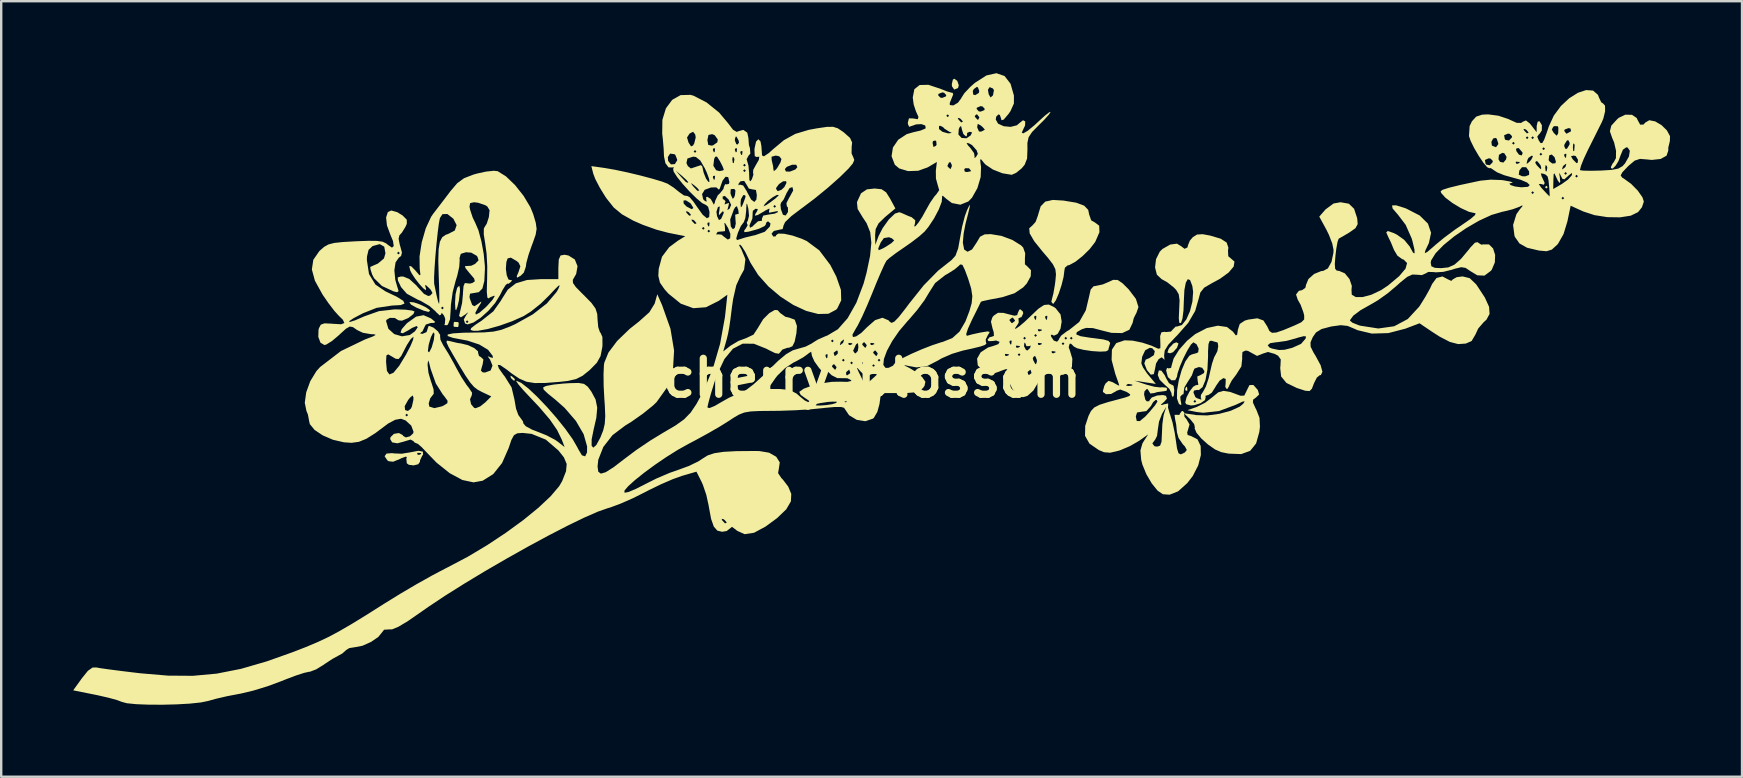
<source format=kicad_pcb>
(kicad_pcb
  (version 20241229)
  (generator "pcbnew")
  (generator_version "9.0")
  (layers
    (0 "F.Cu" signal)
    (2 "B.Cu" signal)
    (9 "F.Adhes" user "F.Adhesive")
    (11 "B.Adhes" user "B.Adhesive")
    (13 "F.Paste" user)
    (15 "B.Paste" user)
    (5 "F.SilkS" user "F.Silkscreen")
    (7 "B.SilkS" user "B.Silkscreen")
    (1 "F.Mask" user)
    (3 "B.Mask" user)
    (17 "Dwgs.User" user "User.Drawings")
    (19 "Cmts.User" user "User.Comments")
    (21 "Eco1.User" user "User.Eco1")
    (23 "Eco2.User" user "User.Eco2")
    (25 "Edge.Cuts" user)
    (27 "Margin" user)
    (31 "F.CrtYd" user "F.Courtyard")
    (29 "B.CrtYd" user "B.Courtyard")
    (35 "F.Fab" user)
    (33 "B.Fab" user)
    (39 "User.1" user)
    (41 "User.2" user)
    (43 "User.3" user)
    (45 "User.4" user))
  (footprint "cherry_blossom"
    (layer "F.Cu")
    (at 33.287 12.699)
    (property "Reference" "cherry_blossom" (at 0 0 0) (layer "F.SilkS") (effects (font (size 1.5 1.5) (thickness 0.3))))
    (attr board_only exclude_from_pos_files exclude_from_bom)
    (fp_poly (pts (xy 28.146 -7.952) (xy 28.089 -7.895) (xy 28.032 -7.952) (xy 28.089 -8.009)) (stroke (width 0) (type solid)) (fill yes) (layer "F.SilkS"))
    (fp_poly (pts (xy 13.12 0.381) (xy 13.133 0.517) (xy 13.12 0.534) (xy 13.052 0.518) (xy 13.043 0.458) (xy 13.085 0.363)) (stroke (width 0) (type solid)) (fill yes) (layer "F.SilkS"))
    (fp_poly (pts (xy -15.006 -0.068) (xy -14.883 0.047) (xy -14.908 0.113) (xy -14.924 0.114) (xy -15.021 0.033) (xy -15.056 -0.018) (xy -15.07 -0.096)) (stroke (width 0) (type solid)) (fill yes) (layer "F.SilkS"))
    (fp_poly (pts (xy -17.251 -2.328) (xy -17.225 -2.298) (xy -17.237 -2.148) (xy -17.267 -2.123) (xy -17.416 -2.134) (xy -17.442 -2.164) (xy -17.431 -2.314) (xy -17.401 -2.339)) (stroke (width 0) (type solid)) (fill yes) (layer "F.SilkS"))
    (fp_poly (pts (xy 3.546 -12.38) (xy 3.609 -12.198) (xy 3.577 -12.082) (xy 3.419 -12.016) (xy 3.326 -12.15) (xy 3.318 -12.242) (xy 3.361 -12.428) (xy 3.42 -12.471)) (stroke (width 0) (type solid)) (fill yes) (layer "F.SilkS"))
    (fp_poly (pts (xy 12.764 -1.439) (xy 12.702 -1.263) (xy 12.7 -1.259) (xy 12.536 -1.076) (xy 12.409 -1.03) (xy 12.302 -1.062) (xy 12.347 -1.199) (xy 12.383 -1.259) (xy 12.552 -1.438) (xy 12.674 -1.487)) (stroke (width 0) (type solid)) (fill yes) (layer "F.SilkS"))
    (fp_poly (pts (xy -19.093 -3.151) (xy -18.841 -3.064) (xy -18.591 -2.945) (xy -18.436 -2.833) (xy -18.421 -2.8) (xy -18.482 -2.753) (xy -18.685 -2.806) (xy -18.993 -2.935) (xy -19.213 -3.059) (xy -19.278 -3.15) (xy -19.258 -3.166)) (stroke (width 0) (type solid)) (fill yes) (layer "F.SilkS"))
    (fp_poly (pts (xy -17.174 -3.72) (xy -17.175 -3.604) (xy -17.215 -3.243) (xy -17.277 -2.975) (xy -17.334 -2.823) (xy -17.364 -2.858) (xy -17.377 -3.098) (xy -17.378 -3.146) (xy -17.357 -3.484) (xy -17.295 -3.741) (xy -17.277 -3.776) (xy -17.201 -3.846)) (stroke (width 0) (type solid)) (fill yes) (layer "F.SilkS"))
    (fp_poly (pts (xy 12.049 -0.308) (xy 12.188 -0.118) (xy 12.242 -0.001) (xy 12.365 0.214) (xy 12.476 0.282) (xy 12.484 0.278) (xy 12.559 0.326) (xy 12.586 0.508) (xy 12.566 0.727) (xy 12.528 0.801) (xy 12.477 0.708) (xy 12.471 0.632) (xy 12.383 0.453) (xy 12.185 0.276) (xy 11.978 0.073) (xy 11.899 -0.128) (xy 11.942 -0.316)) (stroke (width 0) (type solid)) (fill yes) (layer "F.SilkS"))
    (fp_poly (pts (xy -18.72 3.066) (xy -18.711 3.189) (xy -18.749 3.242) (xy -18.838 3.431) (xy -18.84 3.49) (xy -18.913 3.593) (xy -19.103 3.64) (xy -19.303 3.616) (xy -19.389 3.553) (xy -19.408 3.355) (xy -19.387 3.309) (xy -19.423 3.273) (xy -19.606 3.339) (xy -19.675 3.373) (xy -19.958 3.488) (xy -20.143 3.467) (xy -20.201 3.427) (xy -20.313 3.259) (xy -20.233 3.148) (xy -19.997 3.129) (xy -19.926 3.141) (xy -19.601 3.155) (xy -19.434 3.127) (xy -18.955 3.127) (xy -18.939 3.195) (xy -18.878 3.204) (xy -18.784 3.162) (xy -18.802 3.127) (xy -18.938 3.114) (xy -18.955 3.127) (xy -19.434 3.127) (xy -19.239 3.096) (xy -19.234 3.094) (xy -18.904 3.032)) (stroke (width 0) (type solid)) (fill yes) (layer "F.SilkS"))
    (fp_poly (pts (xy 7.966 -7.393) (xy 8.498 -7.305) (xy 8.833 -7.18) (xy 9.002 -7.003) (xy 9.039 -6.817) (xy 9.126 -6.568) (xy 9.268 -6.488) (xy 9.458 -6.346) (xy 9.469 -6.075) (xy 9.301 -5.688) (xy 9.277 -5.648) (xy 9.059 -5.367) (xy 8.766 -5.08) (xy 8.463 -4.841) (xy 8.212 -4.705) (xy 8.141 -4.691) (xy 8.031 -4.596) (xy 8.009 -4.483) (xy 7.975 -4.211) (xy 7.889 -3.867) (xy 7.774 -3.52) (xy 7.654 -3.239) (xy 7.553 -3.096) (xy 7.535 -3.089) (xy 7.466 -3.174) (xy 7.49 -3.289) (xy 7.55 -3.521) (xy 7.611 -3.872) (xy 7.633 -4.034) (xy 7.658 -4.317) (xy 7.633 -4.531) (xy 7.529 -4.74) (xy 7.32 -5.011) (xy 7.11 -5.255) (xy 6.75 -5.702) (xy 6.563 -6.025) (xy 6.543 -6.239) (xy 6.682 -6.362) (xy 6.811 -6.507) (xy 6.909 -6.778) (xy 6.914 -6.804) (xy 7.021 -7.153) (xy 7.211 -7.349) (xy 7.529 -7.419)) (stroke (width 0) (type solid)) (fill yes) (layer "F.SilkS"))
    (fp_poly (pts (xy 16.067 0.499) (xy 16.122 0.686) (xy 15.992 0.811) (xy 15.872 0.901) (xy 15.863 1.02) (xy 15.966 1.246) (xy 16.003 1.315) (xy 16.137 1.657) (xy 16.156 2.027) (xy 16.13 2.247) (xy 15.995 2.729) (xy 15.75 3.033) (xy 15.375 3.17) (xy 14.849 3.15) (xy 14.541 3.088) (xy 14.281 2.973) (xy 13.988 2.767) (xy 13.714 2.52) (xy 13.512 2.28) (xy 13.434 2.097) (xy 13.445 2.058) (xy 13.414 1.92) (xy 13.255 1.722) (xy 13.246 1.713) (xy 12.986 1.468) (xy 13.518 1.546) (xy 13.965 1.559) (xy 14.464 1.492) (xy 14.937 1.365) (xy 15.308 1.196) (xy 15.459 1.072) (xy 15.521 0.973) (xy 15.442 0.98) (xy 15.194 1.095) (xy 15.159 1.112) (xy 14.458 1.374) (xy 13.794 1.448) (xy 13.51 1.415) (xy 13.135 1.34) (xy 13.518 1.208) (xy 13.872 1.03) (xy 14.197 0.781) (xy 14.206 0.772) (xy 14.418 0.597) (xy 14.636 0.535) (xy 14.924 0.583) (xy 15.346 0.739) (xy 15.504 0.732) (xy 15.603 0.53) (xy 15.608 0.514) (xy 15.721 0.293) (xy 15.884 0.292)) (stroke (width 0) (type solid)) (fill yes) (layer "F.SilkS"))
    (fp_poly (pts (xy -15.603 -8.617) (xy -15.257 -8.401) (xy -14.879 -8.038) (xy -14.523 -7.589) (xy -14.242 -7.12) (xy -14.123 -6.831) (xy -14.016 -6.471) (xy -13.98 -6.217) (xy -14.02 -5.971) (xy -14.138 -5.633) (xy -14.179 -5.527) (xy -14.316 -5.136) (xy -14.407 -4.801) (xy -14.43 -4.631) (xy -14.514 -4.389) (xy -14.646 -4.26) (xy -14.795 -4.179) (xy -14.808 -4.241) (xy -14.733 -4.418) (xy -14.657 -4.653) (xy -14.729 -4.805) (xy -14.814 -4.875) (xy -15.055 -5.016) (xy -15.187 -4.982) (xy -15.24 -4.834) (xy -15.261 -4.551) (xy -15.226 -4.283) (xy -15.153 -4.105) (xy -15.072 -4.081) (xy -15.008 -4.082) (xy -15.039 -4.015) (xy -15.151 -3.924) (xy -15.188 -3.937) (xy -15.266 -3.88) (xy -15.4 -3.665) (xy -15.503 -3.459) (xy -15.71 -3.122) (xy -15.994 -2.794) (xy -16.309 -2.512) (xy -16.61 -2.313) (xy -16.852 -2.234) (xy -16.961 -2.27) (xy -16.985 -2.345) (xy -16.933 -2.345) (xy -16.876 -2.288) (xy -16.819 -2.345) (xy -16.876 -2.403) (xy -16.933 -2.345) (xy -16.985 -2.345) (xy -17.015 -2.437) (xy -16.928 -2.598) (xy -16.832 -2.734) (xy -16.88 -2.707) (xy -16.933 -2.66) (xy -17.134 -2.527) (xy -17.211 -2.584) (xy -17.159 -2.811) (xy -17.085 -3.123) (xy -17.061 -3.376) (xy -16.778 -3.376) (xy -16.755 -3.289) (xy -16.665 -3.044) (xy -16.57 -2.99) (xy -16.411 -3.093) (xy -16.401 -3.101) (xy -16.285 -3.187) (xy -16.294 -3.134) (xy -16.412 -2.946) (xy -16.533 -2.717) (xy -16.51 -2.643) (xy -16.361 -2.72) (xy -16.106 -2.943) (xy -16.018 -3.032) (xy -15.817 -3.26) (xy -15.729 -3.405) (xy -15.744 -3.432) (xy -15.922 -3.36) (xy -15.974 -3.317) (xy -16.032 -3.348) (xy -16.056 -3.596) (xy -16.044 -4.067) (xy -16.042 -4.107) (xy -16.036 -4.642) (xy -16.064 -5.18) (xy -16.122 -5.607) (xy -16.124 -5.616) (xy -16.182 -5.984) (xy -16.179 -6.226) (xy -16.15 -6.284) (xy -16.056 -6.433) (xy -15.971 -6.701) (xy -15.968 -6.714) (xy -15.94 -6.991) (xy -16.035 -7.148) (xy -16.118 -7.2) (xy -16.415 -7.302) (xy -16.585 -7.323) (xy -16.749 -7.288) (xy -16.776 -7.139) (xy -16.75 -7.008) (xy -16.642 -6.681) (xy -16.535 -6.463) (xy -16.402 -6.15) (xy -16.28 -5.692) (xy -16.185 -5.175) (xy -16.137 -4.681) (xy -16.134 -4.542) (xy -16.159 -4.04) (xy -16.239 -3.729) (xy -16.388 -3.577) (xy -16.554 -3.547) (xy -16.753 -3.515) (xy -16.778 -3.376) (xy -17.061 -3.376) (xy -17.048 -3.507) (xy -17.048 -3.561) (xy -17.025 -3.83) (xy -16.969 -3.956) (xy -16.944 -3.954) (xy -16.758 -3.934) (xy -16.651 -3.962) (xy -16.552 -4.031) (xy -16.587 -4.15) (xy -16.774 -4.37) (xy -16.783 -4.38) (xy -16.941 -4.575) (xy -16.966 -4.667) (xy -16.929 -4.664) (xy -16.703 -4.677) (xy -16.54 -4.757) (xy -16.398 -4.904) (xy -16.446 -5.053) (xy -16.478 -5.094) (xy -16.705 -5.223) (xy -16.924 -5.24) (xy -17.14 -5.173) (xy -17.192 -4.994) (xy -17.185 -4.912) (xy -17.204 -4.632) (xy -17.289 -4.254) (xy -17.353 -4.053) (xy -17.476 -3.584) (xy -17.55 -3.062) (xy -17.559 -2.871) (xy -17.588 -2.446) (xy -17.674 -2.229) (xy -17.722 -2.198) (xy -17.823 -2.208) (xy -17.801 -2.273) (xy -17.787 -2.467) (xy -17.839 -2.602) (xy -17.933 -2.717) (xy -17.96 -2.645) (xy -18.018 -2.608) (xy -18.166 -2.745) (xy -18.193 -2.779) (xy -18.35 -2.918) (xy -17.963 -2.918) (xy -17.906 -2.86) (xy -17.849 -2.918) (xy -17.906 -2.975) (xy -17.963 -2.918) (xy -18.35 -2.918) (xy -18.442 -2.999) (xy -18.798 -3.207) (xy -18.943 -3.27) (xy -19.389 -3.513) (xy -19.628 -3.788) (xy -19.759 -4.063) (xy -19.766 -4.192) (xy -19.638 -4.228) (xy -19.536 -4.227) (xy -19.285 -4.126) (xy -18.992 -3.859) (xy -18.926 -3.78) (xy -18.673 -3.506) (xy -18.492 -3.416) (xy -18.411 -3.439) (xy -18.317 -3.54) (xy -18.393 -3.678) (xy -18.456 -3.743) (xy -18.602 -3.879) (xy -18.625 -3.845) (xy -18.586 -3.718) (xy -18.598 -3.659) (xy -18.704 -3.739) (xy -18.863 -3.912) (xy -19.036 -4.133) (xy -19.073 -4.19) (xy -18.252 -4.19) (xy -18.25 -3.949) (xy -18.247 -3.924) (xy -18.151 -3.46) (xy -18.087 -3.193) (xy -18.048 -3.092) (xy -18.043 -3.089) (xy -18.034 -3.195) (xy -18.035 -3.482) (xy -18.046 -3.9) (xy -18.058 -4.23) (xy -18.076 -4.892) (xy -18.063 -5.362) (xy -18.011 -5.675) (xy -17.913 -5.866) (xy -17.761 -5.97) (xy -17.673 -5.998) (xy -17.39 -6.144) (xy -17.312 -6.369) (xy -17.45 -6.638) (xy -17.452 -6.64) (xy -17.702 -6.834) (xy -17.902 -6.827) (xy -18.009 -6.665) (xy -18.053 -6.439) (xy -18.102 -6.057) (xy -18.152 -5.578) (xy -18.198 -5.067) (xy -18.232 -4.583) (xy -18.252 -4.19) (xy -19.073 -4.19) (xy -19.182 -4.355) (xy -19.247 -4.484) (xy -19.287 -4.661) (xy -19.209 -4.658) (xy -19.029 -4.478) (xy -18.999 -4.442) (xy -18.862 -4.283) (xy -18.821 -4.301) (xy -18.846 -4.521) (xy -18.851 -4.556) (xy -18.858 -5.065) (xy -18.766 -5.656) (xy -18.598 -6.237) (xy -18.376 -6.715) (xy -18.293 -6.837) (xy -18.024 -7.187) (xy -17.712 -7.596) (xy -17.562 -7.794) (xy -17.283 -8.121) (xy -17.002 -8.325) (xy -16.62 -8.473) (xy -16.49 -8.511) (xy -16.095 -8.599) (xy -15.763 -8.634)) (stroke (width 0) (type solid)) (fill yes) (layer "F.SilkS"))
    (fp_poly (pts (xy 14.071 -5.937) (xy 14.521 -5.804) (xy 14.769 -5.643) (xy 14.842 -5.43) (xy 14.825 -5.312) (xy 14.837 -5.072) (xy 14.932 -4.993) (xy 15.094 -4.851) (xy 15.062 -4.644) (xy 14.854 -4.397) (xy 14.488 -4.131) (xy 14.147 -3.947) (xy 13.833 -3.764) (xy 13.672 -3.56) (xy 13.607 -3.318) (xy 13.458 -2.795) (xy 13.169 -2.3) (xy 12.708 -1.776) (xy 12.649 -1.718) (xy 12.341 -1.391) (xy 12.189 -1.146) (xy 12.162 -0.932) (xy 12.164 -0.917) (xy 12.18 -0.756) (xy 12.158 -0.778) (xy 12.064 -0.863) (xy 11.937 -0.788) (xy 11.827 -0.606) (xy 11.785 -0.386) (xy 11.734 -0.161) (xy 11.609 -0.139) (xy 11.45 -0.327) (xy 11.445 -0.336) (xy 11.338 -0.61) (xy 11.397 -0.766) (xy 11.556 -0.834) (xy 11.737 -0.953) (xy 11.776 -1.118) (xy 11.67 -1.241) (xy 11.569 -1.259) (xy 11.375 -1.155) (xy 11.248 -0.883) (xy 11.214 -0.609) (xy 11.282 -0.443) (xy 11.452 -0.194) (xy 11.516 -0.115) (xy 11.819 0.246) (xy 11.373 0.179) (xy 10.927 0.111) (xy 11.425 0.276) (xy 11.757 0.364) (xy 12.011 0.393) (xy 12.072 0.384) (xy 12.249 0.401) (xy 12.29 0.443) (xy 12.261 0.534) (xy 12.159 0.55) (xy 11.875 0.587) (xy 11.756 0.626) (xy 11.588 0.645) (xy 11.556 0.584) (xy 11.476 0.464) (xy 11.441 0.458) (xy 11.348 0.553) (xy 11.327 0.68) (xy 11.38 0.899) (xy 11.441 0.973) (xy 11.547 0.965) (xy 11.556 0.924) (xy 11.653 0.81) (xy 11.875 0.729) (xy 12.118 0.709) (xy 12.243 0.744) (xy 12.281 0.862) (xy 12.163 0.993) (xy 12.024 1.115) (xy 12.069 1.125) (xy 12.182 1.09) (xy 12.33 1.061) (xy 12.334 1.09) (xy 12.325 1.234) (xy 12.398 1.489) (xy 12.413 1.525) (xy 12.513 1.848) (xy 12.604 2.279) (xy 12.645 2.546) (xy 12.702 2.937) (xy 12.765 3.137) (xy 12.861 3.182) (xy 13.014 3.11) (xy 13.028 3.101) (xy 13.109 2.998) (xy 13.027 2.848) (xy 12.942 2.759) (xy 12.764 2.498) (xy 12.698 2.26) (xy 12.666 1.935) (xy 12.623 1.727) (xy 12.598 1.536) (xy 12.682 1.533) (xy 12.8 1.54) (xy 12.814 1.494) (xy 12.902 1.378) (xy 12.936 1.373) (xy 13.008 1.44) (xy 12.994 1.474) (xy 13.015 1.621) (xy 13.091 1.708) (xy 13.223 1.936) (xy 13.138 2.228) (xy 13.124 2.252) (xy 13.142 2.372) (xy 13.297 2.423) (xy 13.555 2.556) (xy 13.686 2.832) (xy 13.695 3.209) (xy 13.584 3.64) (xy 13.357 4.083) (xy 13.131 4.376) (xy 12.747 4.721) (xy 12.39 4.862) (xy 12.111 4.842) (xy 11.893 4.694) (xy 11.65 4.394) (xy 11.424 4.009) (xy 11.258 3.605) (xy 11.209 3.411) (xy 11.176 3.02) (xy 11.26 2.726) (xy 11.262 2.723) (xy 11.673 2.723) (xy 11.757 2.84) (xy 11.871 2.86) (xy 11.996 2.818) (xy 12.056 2.655) (xy 12.072 2.318) (xy 12.072 2.317) (xy 12.09 1.922) (xy 12.138 1.578) (xy 12.161 1.487) (xy 12.252 1.201) (xy 12.08 1.487) (xy 11.951 1.817) (xy 11.903 2.139) (xy 11.868 2.413) (xy 11.788 2.572) (xy 11.785 2.574) (xy 11.673 2.723) (xy 11.262 2.723) (xy 11.31 2.641) (xy 11.499 2.349) (xy 11.117 2.62) (xy 10.744 2.835) (xy 10.323 3.013) (xy 10.258 3.033) (xy 9.913 3.113) (xy 9.658 3.092) (xy 9.439 3) (xy 9.053 2.733) (xy 8.869 2.409) (xy 8.876 1.995) (xy 9.006 1.603) (xy 10.984 1.603) (xy 11.024 1.792) (xy 11.152 1.794) (xy 11.38 1.605) (xy 11.544 1.426) (xy 11.786 1.139) (xy 11.885 0.982) (xy 11.86 0.921) (xy 11.812 0.915) (xy 11.704 1.007) (xy 11.61 1.173) (xy 11.423 1.379) (xy 11.24 1.403) (xy 11.036 1.437) (xy 10.984 1.603) (xy 9.006 1.603) (xy 9.012 1.584) (xy 9.115 1.377) (xy 9.25 1.231) (xy 9.47 1.117) (xy 9.828 1.003) (xy 10.148 0.918) (xy 10.532 0.814) (xy 10.724 0.744) (xy 10.753 0.683) (xy 10.649 0.608) (xy 10.584 0.572) (xy 10.336 0.479) (xy 10.174 0.536) (xy 10.158 0.552) (xy 9.957 0.664) (xy 9.746 0.675) (xy 9.62 0.586) (xy 9.613 0.543) (xy 9.672 0.326) (xy 9.678 0.316) (xy 10.576 0.316) (xy 10.688 0.334) (xy 10.837 0.313) (xy 10.838 0.274) (xy 10.685 0.247) (xy 10.619 0.265) (xy 10.576 0.316) (xy 9.678 0.316) (xy 9.723 0.229) (xy 9.844 0.119) (xy 10.019 0.174) (xy 10.065 0.201) (xy 10.241 0.3) (xy 10.296 0.316) (xy 10.26 0.2) (xy 10.171 -0.054) (xy 10.129 -0.172) (xy 9.976 -0.753) (xy 9.989 -1.182) (xy 10.169 -1.454) (xy 10.514 -1.57) (xy 10.85 -1.557) (xy 11.253 -1.474) (xy 11.621 -1.354) (xy 11.695 -1.321) (xy 11.922 -1.219) (xy 12.006 -1.241) (xy 12.009 -1.403) (xy 12.008 -1.407) (xy 11.998 -1.746) (xy 12.051 -1.904) (xy 12.186 -1.925) (xy 12.235 -1.914) (xy 12.447 -1.934) (xy 12.518 -2.016) (xy 12.643 -2.142) (xy 12.707 -2.146) (xy 12.902 -2.206) (xy 13.087 -2.438) (xy 13.241 -2.784) (xy 13.343 -3.188) (xy 13.372 -3.592) (xy 13.339 -3.835) (xy 13.245 -4.08) (xy 13.15 -4.118) (xy 13.067 -3.972) (xy 13.008 -3.664) (xy 12.986 -3.229) (xy 12.97 -2.808) (xy 12.927 -2.474) (xy 12.867 -2.296) (xy 12.864 -2.293) (xy 12.798 -2.294) (xy 12.775 -2.49) (xy 12.791 -2.842) (xy 12.808 -3.24) (xy 12.773 -3.489) (xy 12.668 -3.668) (xy 12.57 -3.77) (xy 12.299 -3.985) (xy 12.056 -4.122) (xy 11.861 -4.306) (xy 11.786 -4.608) (xy 11.827 -4.952) (xy 11.982 -5.262) (xy 12.093 -5.375) (xy 12.416 -5.559) (xy 12.697 -5.598) (xy 12.872 -5.492) (xy 13.016 -5.382) (xy 13.137 -5.441) (xy 13.158 -5.531) (xy 13.236 -5.724) (xy 13.36 -5.868) (xy 13.535 -5.977) (xy 13.766 -5.992)) (stroke (width 0) (type solid)) (fill yes) (layer "F.SilkS"))
    (fp_poly (pts (xy 10.226 -4.085) (xy 10.431 -3.948) (xy 10.69 -3.69) (xy 10.988 -3.296) (xy 11.095 -2.956) (xy 11.003 -2.694) (xy 10.993 -2.683) (xy 10.898 -2.492) (xy 10.85 -2.291) (xy 10.715 -2.01) (xy 10.416 -1.872) (xy 9.972 -1.881) (xy 9.601 -1.973) (xy 9.195 -2.08) (xy 8.914 -2.087) (xy 8.742 -2.034) (xy 8.526 -1.911) (xy 8.502 -1.817) (xy 8.681 -1.742) (xy 9.075 -1.679) (xy 9.219 -1.662) (xy 9.628 -1.608) (xy 9.847 -1.546) (xy 9.915 -1.463) (xy 9.905 -1.411) (xy 9.847 -1.215) (xy 9.84 -1.163) (xy 9.74 -1.11) (xy 9.489 -1.099) (xy 9.157 -1.122) (xy 8.817 -1.172) (xy 8.539 -1.239) (xy 8.394 -1.317) (xy 8.39 -1.326) (xy 8.282 -1.433) (xy 8.226 -1.423) (xy 8.188 -1.283) (xy 8.238 -1.145) (xy 8.34 -0.803) (xy 8.323 -0.462) (xy 8.215 -0.252) (xy 7.952 -0.132) (xy 7.601 -0.141) (xy 7.26 -0.275) (xy 7.234 -0.293) (xy 7.054 -0.402) (xy 6.988 -0.348) (xy 6.979 -0.136) (xy 6.905 0.203) (xy 6.717 0.521) (xy 6.472 0.742) (xy 6.283 0.801) (xy 6.073 0.706) (xy 5.854 0.467) (xy 5.829 0.429) (xy 5.687 0.121) (xy 5.637 -0.153) (xy 5.641 -0.187) (xy 5.645 -0.229) (xy 6.464 -0.229) (xy 6.473 -0.123) (xy 6.515 -0.114) (xy 6.631 -0.197) (xy 6.636 -0.229) (xy 6.597 -0.34) (xy 6.586 -0.343) (xy 6.488 -0.263) (xy 6.464 -0.229) (xy 5.645 -0.229) (xy 5.655 -0.34) (xy 5.582 -0.373) (xy 5.369 -0.299) (xy 5.291 -0.266) (xy 5.005 -0.168) (xy 4.806 -0.183) (xy 4.623 -0.283) (xy 4.499 -0.42) (xy 5.988 -0.42) (xy 6.003 -0.351) (xy 6.064 -0.343) (xy 6.158 -0.385) (xy 6.14 -0.42) (xy 6.004 -0.433) (xy 5.988 -0.42) (xy 4.499 -0.42) (xy 4.399 -0.529) (xy 4.371 -0.807) (xy 4.385 -0.831) (xy 6.691 -0.831) (xy 6.709 -0.744) (xy 6.79 -0.593) (xy 6.82 -0.572) (xy 6.86 -0.666) (xy 6.865 -0.744) (xy 6.805 -0.896) (xy 6.754 -0.915) (xy 6.691 -0.831) (xy 4.385 -0.831) (xy 4.476 -0.992) (xy 5.53 -0.992) (xy 5.546 -0.924) (xy 5.606 -0.915) (xy 5.7 -0.957) (xy 5.693 -0.973) (xy 6.064 -0.973) (xy 6.121 -0.915) (xy 6.178 -0.973) (xy 6.121 -1.03) (xy 6.064 -0.973) (xy 5.693 -0.973) (xy 5.683 -0.992) (xy 5.547 -1.005) (xy 5.53 -0.992) (xy 4.476 -0.992) (xy 4.521 -1.07) (xy 4.575 -1.106) (xy 7.475 -1.106) (xy 7.491 -1.038) (xy 7.551 -1.03) (xy 7.646 -1.072) (xy 7.628 -1.106) (xy 7.492 -1.12) (xy 7.475 -1.106) (xy 4.575 -1.106) (xy 4.828 -1.271) (xy 5.045 -1.335) (xy 5.988 -1.335) (xy 6.003 -1.267) (xy 6.064 -1.259) (xy 6.158 -1.3) (xy 6.147 -1.322) (xy 6.327 -1.322) (xy 6.406 -1.174) (xy 6.464 -1.144) (xy 6.555 -1.225) (xy 6.59 -1.276) (xy 6.603 -1.355) (xy 6.539 -1.327) (xy 6.422 -1.33) (xy 6.407 -1.385) (xy 6.377 -1.449) (xy 6.903 -1.449) (xy 6.919 -1.381) (xy 6.979 -1.373) (xy 7.073 -1.415) (xy 7.065 -1.43) (xy 7.895 -1.43) (xy 7.952 -1.373) (xy 8.009 -1.43) (xy 7.952 -1.487) (xy 7.895 -1.43) (xy 7.065 -1.43) (xy 7.056 -1.449) (xy 6.92 -1.463) (xy 6.903 -1.449) (xy 6.377 -1.449) (xy 6.367 -1.473) (xy 6.339 -1.457) (xy 6.327 -1.322) (xy 6.147 -1.322) (xy 6.14 -1.335) (xy 6.004 -1.349) (xy 5.988 -1.335) (xy 5.045 -1.335) (xy 5.046 -1.335) (xy 5.257 -1.412) (xy 5.3 -1.487) (xy 5.721 -1.487) (xy 5.763 -1.393) (xy 5.797 -1.411) (xy 5.811 -1.547) (xy 5.797 -1.564) (xy 5.729 -1.548) (xy 5.721 -1.487) (xy 5.3 -1.487) (xy 5.31 -1.505) (xy 5.309 -1.506) (xy 5.162 -1.562) (xy 5.025 -1.542) (xy 4.848 -1.535) (xy 4.805 -1.594) (xy 4.86 -1.659) (xy 6.293 -1.659) (xy 6.35 -1.602) (xy 6.407 -1.659) (xy 6.35 -1.716) (xy 6.293 -1.659) (xy 4.86 -1.659) (xy 4.898 -1.703) (xy 4.971 -1.716) (xy 5.073 -1.755) (xy 5.072 -1.773) (xy 6.75 -1.773) (xy 6.808 -1.716) (xy 6.865 -1.773) (xy 6.808 -1.831) (xy 6.75 -1.773) (xy 5.072 -1.773) (xy 5.064 -1.911) (xy 5.029 -2.021) (xy 6.903 -2.021) (xy 6.919 -1.953) (xy 6.979 -1.945) (xy 7.073 -1.987) (xy 7.056 -2.021) (xy 6.92 -2.035) (xy 6.903 -2.021) (xy 5.029 -2.021) (xy 5.014 -2.069) (xy 4.949 -2.35) (xy 4.967 -2.403) (xy 5.721 -2.403) (xy 5.808 -2.292) (xy 5.835 -2.288) (xy 5.946 -2.375) (xy 5.95 -2.403) (xy 5.862 -2.514) (xy 5.835 -2.517) (xy 5.724 -2.43) (xy 5.721 -2.403) (xy 4.967 -2.403) (xy 5.012 -2.537) (xy 5.073 -2.605) (xy 5.242 -2.717) (xy 5.465 -2.714) (xy 5.659 -2.663) (xy 5.93 -2.595) (xy 6.046 -2.622) (xy 6.064 -2.699) (xy 6.129 -2.845) (xy 6.178 -2.86) (xy 6.28 -2.768) (xy 6.293 -2.689) (xy 6.221 -2.537) (xy 6.159 -2.517) (xy 6.082 -2.471) (xy 6.101 -2.442) (xy 6.104 -2.304) (xy 6.049 -2.213) (xy 5.946 -2.066) (xy 5.983 -2.052) (xy 6.131 -2.153) (xy 6.36 -2.348) (xy 6.537 -2.517) (xy 6.75 -2.517) (xy 6.792 -2.423) (xy 6.827 -2.441) (xy 6.834 -2.517) (xy 7.208 -2.517) (xy 7.25 -2.423) (xy 7.284 -2.441) (xy 7.298 -2.577) (xy 7.284 -2.593) (xy 7.216 -2.578) (xy 7.208 -2.517) (xy 6.834 -2.517) (xy 6.84 -2.577) (xy 6.827 -2.593) (xy 6.759 -2.578) (xy 6.75 -2.517) (xy 6.537 -2.517) (xy 6.597 -2.574) (xy 6.926 -2.886) (xy 7.16 -3.042) (xy 7.355 -3.061) (xy 7.565 -2.962) (xy 7.64 -2.911) (xy 7.848 -2.649) (xy 7.895 -2.353) (xy 7.846 -2.052) (xy 7.727 -1.837) (xy 7.577 -1.764) (xy 7.497 -1.803) (xy 7.444 -1.796) (xy 7.457 -1.723) (xy 7.565 -1.562) (xy 7.701 -1.511) (xy 7.779 -1.597) (xy 7.78 -1.621) (xy 7.805 -1.659) (xy 8.009 -1.659) (xy 8.066 -1.602) (xy 8.123 -1.659) (xy 8.238 -1.659) (xy 8.295 -1.602) (xy 8.352 -1.659) (xy 8.295 -1.716) (xy 8.238 -1.659) (xy 8.123 -1.659) (xy 8.066 -1.716) (xy 8.009 -1.659) (xy 7.805 -1.659) (xy 7.873 -1.765) (xy 8.106 -1.943) (xy 8.208 -2.002) (xy 8.627 -2.335) (xy 8.901 -2.82) (xy 9.033 -3.375) (xy 9.103 -3.684) (xy 9.22 -3.819) (xy 9.325 -3.839) (xy 9.609 -3.899) (xy 9.804 -3.982) (xy 10.039 -4.089)) (stroke (width 0) (type solid)) (fill yes) (layer "F.SilkS"))
    (fp_poly (pts (xy 30.035 -11.975) (xy 30.236 -11.8) (xy 30.287 -11.67) (xy 30.377 -11.485) (xy 30.448 -11.441) (xy 30.533 -11.348) (xy 30.537 -11.114) (xy 30.464 -10.814) (xy 30.399 -10.658) (xy 30.275 -10.41) (xy 30.087 -10.033) (xy 29.87 -9.6) (xy 29.833 -9.527) (xy 29.651 -9.14) (xy 29.53 -8.838) (xy 29.49 -8.673) (xy 29.497 -8.657) (xy 29.644 -8.639) (xy 29.952 -8.634) (xy 30.357 -8.643) (xy 30.368 -8.643) (xy 30.807 -8.67) (xy 31.083 -8.724) (xy 31.261 -8.825) (xy 31.366 -8.941) (xy 31.529 -9.227) (xy 31.567 -9.467) (xy 31.478 -9.6) (xy 31.416 -9.611) (xy 31.279 -9.512) (xy 31.18 -9.275) (xy 31.096 -9.044) (xy 30.973 -8.844) (xy 30.855 -8.726) (xy 30.784 -8.742) (xy 30.777 -8.789) (xy 30.861 -8.958) (xy 30.892 -8.982) (xy 30.988 -9.161) (xy 30.992 -9.467) (xy 30.91 -9.82) (xy 30.833 -9.998) (xy 30.736 -10.277) (xy 30.795 -10.514) (xy 31.032 -10.775) (xy 31.108 -10.841) (xy 31.38 -10.971) (xy 31.658 -10.965) (xy 31.854 -10.832) (xy 31.888 -10.755) (xy 31.997 -10.555) (xy 32.139 -10.56) (xy 32.208 -10.641) (xy 32.378 -10.74) (xy 32.623 -10.691) (xy 32.885 -10.537) (xy 33.11 -10.318) (xy 33.241 -10.077) (xy 33.235 -9.875) (xy 33.169 -9.6) (xy 33.169 -9.475) (xy 33.096 -9.262) (xy 32.85 -9.126) (xy 32.481 -9.086) (xy 32.289 -9.105) (xy 31.99 -9.129) (xy 31.769 -9.057) (xy 31.524 -8.851) (xy 31.474 -8.803) (xy 31.255 -8.571) (xy 31.185 -8.439) (xy 31.246 -8.352) (xy 31.311 -8.313) (xy 31.617 -8.092) (xy 31.898 -7.807) (xy 32.094 -7.526) (xy 32.15 -7.349) (xy 32.07 -7.112) (xy 31.909 -6.911) (xy 31.607 -6.764) (xy 31.157 -6.694) (xy 30.63 -6.702) (xy 30.093 -6.786) (xy 29.624 -6.94) (xy 29.101 -7.178) (xy 28.965 -6.522) (xy 28.805 -5.997) (xy 28.579 -5.599) (xy 28.538 -5.551) (xy 28.316 -5.349) (xy 28.095 -5.282) (xy 27.781 -5.31) (xy 27.287 -5.427) (xy 26.971 -5.604) (xy 26.782 -5.873) (xy 26.761 -5.923) (xy 26.703 -6.377) (xy 26.842 -6.826) (xy 26.982 -7.025) (xy 27.107 -7.176) (xy 27.068 -7.185) (xy 26.945 -7.125) (xy 26.682 -7.029) (xy 26.328 -6.941) (xy 26.258 -6.927) (xy 25.805 -6.794) (xy 25.292 -6.558) (xy 24.759 -6.251) (xy 24.251 -5.902) (xy 23.809 -5.541) (xy 23.475 -5.199) (xy 23.292 -4.906) (xy 23.27 -4.808) (xy 23.298 -4.656) (xy 23.443 -4.59) (xy 23.705 -4.577) (xy 24.003 -4.608) (xy 24.263 -4.725) (xy 24.533 -4.963) (xy 24.863 -5.358) (xy 24.922 -5.435) (xy 25.113 -5.637) (xy 25.23 -5.661) (xy 25.243 -5.641) (xy 25.38 -5.555) (xy 25.466 -5.568) (xy 25.699 -5.566) (xy 25.868 -5.4) (xy 25.955 -5.13) (xy 25.943 -4.816) (xy 25.817 -4.518) (xy 25.775 -4.463) (xy 25.509 -4.265) (xy 25.213 -4.279) (xy 24.92 -4.455) (xy 24.723 -4.588) (xy 24.541 -4.617) (xy 24.275 -4.552) (xy 24.156 -4.512) (xy 23.795 -4.423) (xy 23.478 -4.402) (xy 23.406 -4.413) (xy 23.171 -4.42) (xy 23.06 -4.357) (xy 22.903 -4.287) (xy 22.702 -4.303) (xy 22.507 -4.311) (xy 22.293 -4.214) (xy 22.004 -3.982) (xy 21.867 -3.857) (xy 21.484 -3.534) (xy 21.072 -3.24) (xy 20.811 -3.086) (xy 20.357 -2.831) (xy 20.046 -2.599) (xy 19.911 -2.415) (xy 19.908 -2.39) (xy 20.007 -2.305) (xy 20.253 -2.205) (xy 20.337 -2.18) (xy 21.089 -2.063) (xy 21.748 -2.156) (xy 22.314 -2.457) (xy 22.787 -2.968) (xy 22.821 -3.017) (xy 23.053 -3.39) (xy 23.245 -3.736) (xy 23.33 -3.919) (xy 23.512 -4.167) (xy 23.76 -4.231) (xy 23.991 -4.109) (xy 24.129 -4.046) (xy 24.192 -4.109) (xy 24.352 -4.2) (xy 24.598 -4.233) (xy 24.895 -4.16) (xy 25.157 -3.91) (xy 25.192 -3.863) (xy 25.527 -3.353) (xy 25.702 -2.967) (xy 25.723 -2.671) (xy 25.595 -2.433) (xy 25.476 -2.324) (xy 25.25 -2.062) (xy 25.133 -1.81) (xy 24.975 -1.541) (xy 24.733 -1.435) (xy 24.414 -1.413) (xy 24.069 -1.503) (xy 23.646 -1.722) (xy 23.324 -1.929) (xy 22.805 -2.28) (xy 22.213 -2.055) (xy 21.504 -1.871) (xy 20.818 -1.851) (xy 20.215 -1.995) (xy 20.11 -2.044) (xy 19.809 -2.17) (xy 19.524 -2.201) (xy 19.142 -2.149) (xy 19.108 -2.142) (xy 18.723 -2.04) (xy 18.492 -1.897) (xy 18.356 -1.701) (xy 18.263 -1.485) (xy 18.268 -1.304) (xy 18.385 -1.066) (xy 18.476 -0.919) (xy 18.684 -0.533) (xy 18.759 -0.259) (xy 18.696 -0.124) (xy 18.644 -0.114) (xy 18.527 -0.018) (xy 18.408 0.216) (xy 18.404 0.229) (xy 18.319 0.449) (xy 18.223 0.544) (xy 18.048 0.531) (xy 17.729 0.428) (xy 17.685 0.412) (xy 17.261 0.206) (xy 17.04 -0.061) (xy 17 -0.421) (xy 17.01 -0.501) (xy 17.023 -0.774) (xy 16.911 -0.929) (xy 16.77 -1.005) (xy 16.491 -1.085) (xy 16.258 -1.01) (xy 16.247 -1.003) (xy 16.037 -0.921) (xy 15.884 -1.004) (xy 15.657 -1.129) (xy 15.557 -1.144) (xy 15.427 -1.083) (xy 15.413 -0.866) (xy 15.419 -0.822) (xy 15.382 -0.483) (xy 15.17 -0.147) (xy 14.981 0.106) (xy 14.88 0.3) (xy 14.874 0.331) (xy 14.801 0.452) (xy 14.77 0.458) (xy 14.711 0.367) (xy 14.726 0.229) (xy 14.73 0.038) (xy 14.632 0.004) (xy 14.479 0.107) (xy 14.321 0.333) (xy 14.301 0.374) (xy 14.149 0.611) (xy 13.999 0.713) (xy 13.978 0.712) (xy 13.881 0.744) (xy 13.896 0.792) (xy 13.867 0.921) (xy 13.685 1.048) (xy 13.421 1.132) (xy 13.28 1.144) (xy 13.09 1.095) (xy 13.043 1.024) (xy 13.056 0.973) (xy 13.386 0.973) (xy 13.444 1.03) (xy 13.501 0.973) (xy 13.444 0.915) (xy 13.386 0.973) (xy 13.056 0.973) (xy 13.097 0.806) (xy 13.199 0.608) (xy 13.386 0.608) (xy 13.467 0.797) (xy 13.53 0.84) (xy 13.712 0.902) (xy 13.715 0.864) (xy 13.691 0.839) (xy 13.697 0.707) (xy 13.786 0.573) (xy 13.903 0.357) (xy 14.019 0.008) (xy 14.074 -0.233) (xy 14.159 -0.598) (xy 14.251 -0.871) (xy 14.304 -0.963) (xy 14.383 -1.12) (xy 14.418 -1.327) (xy 14.413 -1.362) (xy 16.478 -1.362) (xy 16.565 -1.262) (xy 16.676 -1.223) (xy 16.946 -1.167) (xy 17.177 -1.176) (xy 17.496 -1.256) (xy 17.498 -1.256) (xy 17.869 -1.422) (xy 18.058 -1.642) (xy 18.076 -1.731) (xy 17.982 -1.743) (xy 17.747 -1.684) (xy 17.648 -1.651) (xy 17.259 -1.546) (xy 16.882 -1.493) (xy 16.848 -1.492) (xy 16.58 -1.451) (xy 16.478 -1.362) (xy 14.413 -1.362) (xy 14.396 -1.471) (xy 14.368 -1.487) (xy 14.233 -1.523) (xy 14.154 -1.551) (xy 14.062 -1.546) (xy 14.012 -1.415) (xy 13.994 -1.118) (xy 13.994 -0.882) (xy 13.968 -0.35) (xy 13.887 0.084) (xy 13.765 0.381) (xy 13.612 0.503) (xy 13.547 0.495) (xy 13.408 0.523) (xy 13.386 0.608) (xy 13.199 0.608) (xy 13.224 0.56) (xy 13.375 0.363) (xy 13.502 0.291) (xy 13.518 0.297) (xy 13.591 0.281) (xy 13.563 0.129) (xy 13.546 -0.064) (xy 13.665 -0.114) (xy 13.821 -0.203) (xy 13.844 -0.286) (xy 13.749 -0.426) (xy 13.615 -0.458) (xy 13.43 -0.393) (xy 13.386 -0.301) (xy 13.32 -0.109) (xy 13.159 0.143) (xy 13.15 0.155) (xy 13.009 0.391) (xy 12.981 0.561) (xy 12.985 0.571) (xy 12.97 0.677) (xy 12.922 0.686) (xy 12.836 0.777) (xy 12.848 0.915) (xy 12.885 1.112) (xy 12.832 1.119) (xy 12.776 1.068) (xy 12.699 0.855) (xy 12.704 0.509) (xy 12.775 0.094) (xy 12.895 -0.327) (xy 13.046 -0.688) (xy 13.212 -0.925) (xy 13.315 -0.982) (xy 13.522 -1.038) (xy 13.583 -1.073) (xy 13.603 -1.225) (xy 13.515 -1.405) (xy 13.384 -1.487) (xy 13.28 -1.391) (xy 13.13 -1.146) (xy 12.965 -0.819) (xy 12.819 -0.477) (xy 12.722 -0.187) (xy 12.7 -0.054) (xy 12.626 0.09) (xy 12.469 0.096) (xy 12.327 -0.033) (xy 12.312 -0.067) (xy 12.246 -0.32) (xy 12.288 -0.422) (xy 12.357 -0.4) (xy 12.456 -0.425) (xy 12.471 -0.502) (xy 12.559 -0.811) (xy 12.791 -1.183) (xy 13.12 -1.552) (xy 13.46 -1.83) (xy 13.944 -2.081) (xy 14.4 -2.18) (xy 14.782 -2.125) (xy 15.03 -1.932) (xy 15.153 -1.773) (xy 15.207 -1.806) (xy 15.237 -2.011) (xy 15.315 -2.253) (xy 15.521 -2.39) (xy 15.66 -2.432) (xy 16.05 -2.488) (xy 16.301 -2.397) (xy 16.467 -2.139) (xy 16.477 -2.112) (xy 16.553 -1.956) (xy 16.659 -1.883) (xy 16.84 -1.896) (xy 17.141 -1.999) (xy 17.585 -2.184) (xy 17.876 -2.32) (xy 17.999 -2.439) (xy 17.999 -2.609) (xy 17.962 -2.75) (xy 17.85 -3.053) (xy 17.729 -3.267) (xy 17.66 -3.479) (xy 17.777 -3.632) (xy 17.913 -3.661) (xy 18.048 -3.756) (xy 18.077 -3.884) (xy 18.176 -4.123) (xy 18.415 -4.336) (xy 18.71 -4.455) (xy 18.792 -4.462) (xy 18.986 -4.566) (xy 19.137 -4.837) (xy 19.217 -5.214) (xy 19.222 -5.341) (xy 19.168 -5.608) (xy 19.029 -5.967) (xy 18.925 -6.178) (xy 18.628 -6.724) (xy 18.888 -7.023) (xy 19.223 -7.271) (xy 19.514 -7.323) (xy 19.859 -7.262) (xy 20.077 -7.053) (xy 20.207 -6.66) (xy 20.228 -6.411) (xy 20.134 -6.241) (xy 19.893 -6.071) (xy 19.63 -5.914) (xy 19.459 -5.817) (xy 19.439 -5.807) (xy 19.392 -5.687) (xy 19.34 -5.406) (xy 19.304 -5.12) (xy 19.274 -4.749) (xy 19.289 -4.551) (xy 19.359 -4.473) (xy 19.456 -4.462) (xy 19.691 -4.363) (xy 19.886 -4.125) (xy 19.984 -3.837) (xy 19.97 -3.676) (xy 19.981 -3.471) (xy 20.151 -3.371) (xy 20.438 -3.373) (xy 20.803 -3.472) (xy 21.204 -3.662) (xy 21.493 -3.854) (xy 21.958 -4.244) (xy 22.223 -4.558) (xy 22.286 -4.789) (xy 22.145 -4.933) (xy 22.083 -4.953) (xy 21.883 -5.097) (xy 21.74 -5.338) (xy 21.612 -5.652) (xy 21.502 -5.875) (xy 21.418 -6.069) (xy 21.482 -6.124) (xy 21.714 -6.045) (xy 21.859 -5.975) (xy 22.166 -5.757) (xy 22.391 -5.485) (xy 22.407 -5.455) (xy 22.537 -5.22) (xy 22.6 -5.191) (xy 22.593 -5.352) (xy 22.514 -5.688) (xy 22.477 -5.817) (xy 22.226 -6.383) (xy 21.902 -6.809) (xy 21.685 -7.059) (xy 21.658 -7.188) (xy 21.824 -7.196) (xy 22.184 -7.085) (xy 22.258 -7.056) (xy 22.81 -6.772) (xy 23.155 -6.433) (xy 23.286 -6.048) (xy 23.196 -5.628) (xy 23.183 -5.599) (xy 23.048 -5.316) (xy 23.023 -5.2) (xy 23.125 -5.25) (xy 23.372 -5.461) (xy 23.466 -5.545) (xy 23.818 -5.836) (xy 24.26 -6.166) (xy 24.628 -6.417) (xy 24.935 -6.63) (xy 25.117 -6.789) (xy 25.142 -6.863) (xy 25.126 -6.865) (xy 24.863 -6.925) (xy 24.526 -7.08) (xy 24.179 -7.289) (xy 23.908 -7.494) (xy 28.718 -7.494) (xy 28.775 -7.437) (xy 28.832 -7.494) (xy 28.775 -7.551) (xy 28.718 -7.494) (xy 23.908 -7.494) (xy 23.885 -7.511) (xy 23.709 -7.707) (xy 23.703 -7.723) (xy 27.459 -7.723) (xy 27.517 -7.666) (xy 27.574 -7.723) (xy 27.517 -7.78) (xy 27.459 -7.723) (xy 23.703 -7.723) (xy 23.684 -7.782) (xy 23.768 -7.842) (xy 24.032 -7.927) (xy 24.488 -8.039) (xy 25.153 -8.182) (xy 25.347 -8.222) (xy 25.769 -8.264) (xy 26.228 -8.247) (xy 26.319 -8.234) (xy 26.585 -8.184) (xy 26.693 -8.148) (xy 26.668 -8.138) (xy 26.546 -8.099) (xy 26.6 -8.038) (xy 26.782 -7.979) (xy 27.043 -7.946) (xy 27.054 -7.946) (xy 27.325 -7.966) (xy 27.397 -8.039) (xy 27.356 -8.078) (xy 27.773 -8.078) (xy 27.877 -7.928) (xy 27.932 -7.867) (xy 28.118 -7.67) (xy 28.218 -7.567) (xy 28.222 -7.563) (xy 28.226 -7.654) (xy 28.213 -7.874) (xy 28.375 -7.874) (xy 28.737 -8.085) (xy 28.994 -8.27) (xy 29.116 -8.409) (xy 29.29 -8.409) (xy 29.347 -8.352) (xy 29.405 -8.409) (xy 29.347 -8.467) (xy 29.29 -8.409) (xy 29.116 -8.409) (xy 29.148 -8.445) (xy 29.156 -8.466) (xy 29.151 -8.544) (xy 29.019 -8.441) (xy 29 -8.422) (xy 28.84 -8.278) (xy 28.755 -8.3) (xy 28.693 -8.424) (xy 28.643 -8.524) (xy 28.832 -8.524) (xy 28.89 -8.467) (xy 28.947 -8.524) (xy 28.89 -8.581) (xy 28.832 -8.524) (xy 28.643 -8.524) (xy 28.63 -8.551) (xy 28.632 -8.469) (xy 28.648 -8.381) (xy 28.667 -8.181) (xy 28.646 -8.123) (xy 28.571 -8.216) (xy 28.493 -8.381) (xy 28.423 -8.529) (xy 28.392 -8.488) (xy 28.382 -8.256) (xy 28.375 -7.874) (xy 28.213 -7.874) (xy 28.212 -7.892) (xy 28.209 -7.923) (xy 28.179 -8.239) (xy 28.14 -8.398) (xy 28.061 -8.472) (xy 27.972 -8.509) (xy 27.858 -8.525) (xy 27.893 -8.398) (xy 27.914 -8.357) (xy 28.019 -8.126) (xy 27.984 -8.052) (xy 27.846 -8.087) (xy 27.773 -8.078) (xy 27.356 -8.078) (xy 27.288 -8.144) (xy 27.016 -8.26) (xy 26.71 -8.344) (xy 26.333 -8.449) (xy 26.272 -8.474) (xy 26.939 -8.474) (xy 27.076 -8.407) (xy 27.208 -8.401) (xy 27.37 -8.463) (xy 27.372 -8.606) (xy 27.248 -8.781) (xy 27.076 -8.784) (xy 26.965 -8.649) (xy 26.939 -8.474) (xy 26.272 -8.474) (xy 26.037 -8.57) (xy 25.928 -8.641) (xy 25.774 -8.746) (xy 25.712 -8.741) (xy 25.619 -8.785) (xy 25.458 -8.978) (xy 25.388 -9.083) (xy 25.528 -9.083) (xy 25.557 -8.925) (xy 25.588 -8.889) (xy 25.73 -8.866) (xy 25.846 -8.982) (xy 25.858 -9.045) (xy 25.789 -9.116) (xy 26.094 -9.116) (xy 26.16 -9.004) (xy 26.3 -8.977) (xy 26.32 -9.001) (xy 26.811 -9.001) (xy 26.827 -8.933) (xy 26.887 -8.924) (xy 26.938 -8.947) (xy 27.267 -8.947) (xy 27.277 -8.924) (xy 27.336 -8.971) (xy 27.624 -8.971) (xy 27.688 -8.867) (xy 27.824 -8.725) (xy 27.87 -8.695) (xy 27.871 -8.762) (xy 28.041 -8.762) (xy 28.062 -8.614) (xy 28.101 -8.612) (xy 28.117 -8.703) (xy 28.746 -8.703) (xy 28.762 -8.695) (xy 28.866 -8.776) (xy 28.89 -8.81) (xy 28.919 -8.917) (xy 28.903 -8.924) (xy 28.799 -8.844) (xy 28.775 -8.81) (xy 28.746 -8.703) (xy 28.117 -8.703) (xy 28.128 -8.765) (xy 28.11 -8.831) (xy 28.059 -8.875) (xy 28.041 -8.762) (xy 27.871 -8.762) (xy 27.871 -8.782) (xy 27.844 -8.867) (xy 27.724 -9.019) (xy 27.662 -9.039) (xy 27.624 -8.971) (xy 27.336 -8.971) (xy 27.373 -9) (xy 27.45 -9.085) (xy 28.184 -9.085) (xy 28.203 -9.039) (xy 28.335 -8.936) (xy 28.462 -8.947) (xy 28.487 -9.01) (xy 28.43 -9.2) (xy 28.359 -9.268) (xy 28.832 -9.268) (xy 28.874 -9.173) (xy 28.909 -9.191) (xy 28.914 -9.239) (xy 29.115 -9.239) (xy 29.184 -9.118) (xy 29.2 -9.1) (xy 29.347 -8.951) (xy 29.399 -8.978) (xy 29.405 -9.096) (xy 29.313 -9.247) (xy 29.228 -9.268) (xy 29.115 -9.239) (xy 28.914 -9.239) (xy 28.922 -9.327) (xy 28.909 -9.344) (xy 28.841 -9.328) (xy 28.832 -9.268) (xy 28.359 -9.268) (xy 28.313 -9.311) (xy 28.211 -9.28) (xy 28.184 -9.085) (xy 27.45 -9.085) (xy 27.459 -9.096) (xy 27.529 -9.235) (xy 27.486 -9.268) (xy 27.348 -9.176) (xy 27.304 -9.096) (xy 27.267 -8.947) (xy 26.938 -8.947) (xy 26.982 -8.966) (xy 26.964 -9.001) (xy 26.828 -9.014) (xy 26.811 -9.001) (xy 26.32 -9.001) (xy 26.411 -9.108) (xy 26.43 -9.217) (xy 26.338 -9.363) (xy 26.258 -9.382) (xy 26.114 -9.297) (xy 26.094 -9.116) (xy 25.789 -9.116) (xy 25.765 -9.141) (xy 25.686 -9.153) (xy 25.528 -9.083) (xy 25.388 -9.083) (xy 25.267 -9.263) (xy 25.1 -9.549) (xy 26.823 -9.549) (xy 26.842 -9.449) (xy 26.948 -9.305) (xy 27.062 -9.272) (xy 27.083 -9.325) (xy 27.803 -9.325) (xy 27.86 -9.268) (xy 27.917 -9.325) (xy 27.86 -9.382) (xy 27.803 -9.325) (xy 27.083 -9.325) (xy 27.1 -9.366) (xy 27.09 -9.403) (xy 26.96 -9.554) (xy 27.917 -9.554) (xy 27.974 -9.496) (xy 28.032 -9.554) (xy 27.974 -9.611) (xy 27.917 -9.554) (xy 26.96 -9.554) (xy 26.95 -9.566) (xy 26.909 -9.585) (xy 26.823 -9.549) (xy 25.1 -9.549) (xy 25.08 -9.583) (xy 24.955 -9.837) (xy 25.798 -9.837) (xy 25.818 -9.69) (xy 25.827 -9.679) (xy 25.991 -9.615) (xy 26.021 -9.655) (xy 28.832 -9.655) (xy 28.89 -9.541) (xy 28.947 -9.554) (xy 28.983 -9.611) (xy 29.194 -9.611) (xy 29.212 -9.448) (xy 29.251 -9.468) (xy 29.267 -9.702) (xy 29.251 -9.754) (xy 29.21 -9.768) (xy 29.194 -9.611) (xy 28.983 -9.611) (xy 29.051 -9.719) (xy 29.061 -9.796) (xy 29.004 -9.909) (xy 28.947 -9.897) (xy 28.843 -9.732) (xy 28.832 -9.655) (xy 26.021 -9.655) (xy 26.084 -9.738) (xy 26.086 -9.776) (xy 26.084 -9.782) (xy 26.659 -9.782) (xy 26.716 -9.725) (xy 26.773 -9.782) (xy 26.716 -9.84) (xy 26.659 -9.782) (xy 26.084 -9.782) (xy 26.024 -9.965) (xy 25.984 -10.004) (xy 25.872 -9.979) (xy 25.798 -9.837) (xy 24.955 -9.837) (xy 24.933 -9.883) (xy 24.865 -10.081) (xy 24.867 -10.113) (xy 26.329 -10.113) (xy 26.357 -9.955) (xy 26.388 -9.919) (xy 26.531 -9.896) (xy 26.646 -10.011) (xy 27.231 -10.011) (xy 27.288 -9.954) (xy 27.345 -10.011) (xy 27.459 -10.011) (xy 27.517 -9.954) (xy 27.574 -10.011) (xy 27.517 -10.068) (xy 27.459 -10.011) (xy 27.345 -10.011) (xy 27.288 -10.068) (xy 27.231 -10.011) (xy 26.646 -10.011) (xy 26.647 -10.012) (xy 26.659 -10.075) (xy 26.566 -10.171) (xy 26.487 -10.183) (xy 26.329 -10.113) (xy 24.867 -10.113) (xy 24.885 -10.379) (xy 27.135 -10.379) (xy 27.162 -10.315) (xy 27.278 -10.192) (xy 27.344 -10.217) (xy 27.345 -10.233) (xy 27.264 -10.33) (xy 27.213 -10.365) (xy 27.135 -10.379) (xy 24.885 -10.379) (xy 24.892 -10.497) (xy 24.988 -10.696) (xy 25.166 -10.89) (xy 25.416 -10.972) (xy 25.662 -10.984) (xy 26.089 -10.928) (xy 26.505 -10.79) (xy 26.559 -10.763) (xy 26.857 -10.63) (xy 27.038 -10.628) (xy 27.107 -10.677) (xy 27.239 -10.73) (xy 27.398 -10.606) (xy 27.463 -10.526) (xy 27.683 -10.24) (xy 27.686 -10.504) (xy 27.728 -10.681) (xy 27.803 -10.698) (xy 27.903 -10.534) (xy 27.9 -10.314) (xy 27.8 -10.164) (xy 27.784 -10.158) (xy 27.71 -10.055) (xy 27.769 -9.905) (xy 27.848 -9.789) (xy 27.919 -9.79) (xy 28.001 -9.936) (xy 28.118 -10.258) (xy 28.148 -10.349) (xy 28.316 -10.349) (xy 28.398 -10.212) (xy 28.518 -10.095) (xy 28.572 -10.172) (xy 28.585 -10.231) (xy 28.586 -10.297) (xy 28.832 -10.297) (xy 28.915 -10.186) (xy 28.94 -10.183) (xy 29.095 -10.266) (xy 29.118 -10.297) (xy 29.093 -10.395) (xy 29.011 -10.412) (xy 28.854 -10.352) (xy 28.832 -10.297) (xy 28.586 -10.297) (xy 28.589 -10.431) (xy 28.564 -10.489) (xy 28.429 -10.495) (xy 28.377 -10.47) (xy 28.316 -10.349) (xy 28.148 -10.349) (xy 28.192 -10.483) (xy 28.401 -10.935) (xy 28.696 -11.333) (xy 29.041 -11.655) (xy 29.403 -11.883) (xy 29.746 -11.996)) (stroke (width 0) (type solid)) (fill yes) (layer "F.SilkS"))
    (fp_poly (pts (xy 5.516 -12.582) (xy 5.765 -12.26) (xy 5.906 -11.768) (xy 5.905 -11.436) (xy 5.762 -11.118) (xy 5.672 -10.99) (xy 5.478 -10.764) (xy 5.386 -10.74) (xy 5.377 -10.79) (xy 5.322 -10.956) (xy 5.263 -10.984) (xy 5.168 -10.889) (xy 5.149 -10.77) (xy 5.246 -10.597) (xy 5.481 -10.49) (xy 5.77 -10.463) (xy 6.028 -10.529) (xy 6.131 -10.616) (xy 6.285 -10.74) (xy 6.379 -10.688) (xy 6.369 -10.513) (xy 6.316 -10.407) (xy 6.233 -10.224) (xy 6.294 -10.192) (xy 6.479 -10.299) (xy 6.768 -10.537) (xy 6.92 -10.678) (xy 7.186 -10.921) (xy 7.372 -11.068) (xy 7.437 -11.089) (xy 7.36 -10.971) (xy 7.162 -10.751) (xy 6.942 -10.533) (xy 6.662 -10.249) (xy 6.517 -10.03) (xy 6.467 -9.791) (xy 6.469 -9.529) (xy 6.455 -9.144) (xy 6.352 -8.882) (xy 6.226 -8.732) (xy 5.999 -8.548) (xy 5.816 -8.467) (xy 5.811 -8.467) (xy 5.429 -8.529) (xy 5.032 -8.685) (xy 4.725 -8.89) (xy 4.667 -8.953) (xy 4.539 -9.11) (xy 4.498 -9.101) (xy 4.52 -8.898) (xy 4.536 -8.796) (xy 4.521 -8.372) (xy 4.384 -7.911) (xy 4.161 -7.514) (xy 4.009 -7.355) (xy 3.675 -7.221) (xy 3.321 -7.29) (xy 3.087 -7.466) (xy 2.94 -7.596) (xy 2.908 -7.564) (xy 2.914 -7.544) (xy 2.898 -7.34) (xy 2.775 -7.02) (xy 2.579 -6.649) (xy 2.343 -6.294) (xy 2.183 -6.1) (xy 1.964 -5.904) (xy 1.631 -5.649) (xy 1.33 -5.439) (xy 0.99 -5.204) (xy 0.722 -5.001) (xy 0.596 -4.887) (xy 0.511 -4.729) (xy 0.365 -4.407) (xy 0.179 -3.97) (xy 0.008 -3.547) (xy -0.208 -3.027) (xy -0.418 -2.558) (xy -0.597 -2.198) (xy -0.696 -2.031) (xy -0.823 -1.803) (xy -0.801 -1.706) (xy -0.666 -1.734) (xy -0.451 -1.881) (xy -0.213 -2.117) (xy 0.124 -2.412) (xy 0.431 -2.51) (xy 0.682 -2.403) (xy 0.731 -2.346) (xy 0.812 -2.296) (xy 0.929 -2.353) (xy 1.11 -2.541) (xy 1.38 -2.885) (xy 1.536 -3.094) (xy 2.15 -3.864) (xy 2.745 -4.469) (xy 3.314 -4.92) (xy 3.471 -5.096) (xy 3.583 -5.399) (xy 3.663 -5.842) (xy 3.748 -6.305) (xy 3.859 -6.736) (xy 3.95 -6.986) (xy 4.037 -7.168) (xy 4.075 -7.217) (xy 4.061 -7.111) (xy 3.993 -6.827) (xy 3.885 -6.407) (xy 3.81 -6.012) (xy 3.778 -5.635) (xy 3.833 -5.353) (xy 3.975 -5.26) (xy 4.16 -5.355) (xy 4.348 -5.637) (xy 4.496 -5.887) (xy 4.688 -5.985) (xy 4.942 -5.994) (xy 5.388 -5.921) (xy 5.84 -5.753) (xy 6.198 -5.53) (xy 6.29 -5.438) (xy 6.376 -5.195) (xy 6.364 -4.99) (xy 6.364 -4.739) (xy 6.465 -4.649) (xy 6.616 -4.493) (xy 6.606 -4.238) (xy 6.443 -3.94) (xy 6.294 -3.777) (xy 5.932 -3.532) (xy 5.434 -3.37) (xy 5.248 -3.333) (xy 4.881 -3.264) (xy 4.621 -3.207) (xy 4.532 -3.178) (xy 4.478 -3.068) (xy 4.35 -2.808) (xy 4.172 -2.452) (xy 4.158 -2.423) (xy 3.991 -2.058) (xy 3.916 -1.825) (xy 3.945 -1.757) (xy 3.949 -1.758) (xy 4.158 -1.817) (xy 4.475 -1.887) (xy 4.54 -1.899) (xy 4.811 -1.942) (xy 4.899 -1.919) (xy 4.841 -1.817) (xy 4.824 -1.796) (xy 4.729 -1.601) (xy 4.74 -1.501) (xy 4.76 -1.435) (xy 4.7 -1.378) (xy 4.525 -1.316) (xy 4.194 -1.234) (xy 3.776 -1.142) (xy 3.327 -1.007) (xy 2.896 -0.82) (xy 2.723 -0.719) (xy 2.276 -0.49) (xy 1.839 -0.443) (xy 1.487 -0.508) (xy 1.335 -0.542) (xy 1.382 -0.502) (xy 1.545 -0.422) (xy 1.854 -0.236) (xy 2.087 -0.036) (xy 2.218 0.156) (xy 2.183 0.322) (xy 2.125 0.408) (xy 1.995 0.53) (xy 1.788 0.597) (xy 1.447 0.625) (xy 1.164 0.629) (xy 0.366 0.628) (xy 0.305 1.083) (xy 0.215 1.414) (xy 0.071 1.659) (xy 0.036 1.691) (xy -0.282 1.8) (xy -0.642 1.743) (xy -0.963 1.549) (xy -1.166 1.249) (xy -1.169 1.242) (xy -1.289 1.208) (xy -1.579 1.209) (xy -1.981 1.245) (xy -2.06 1.255) (xy -2.563 1.304) (xy -3.192 1.343) (xy -3.844 1.366) (xy -4.136 1.369) (xy -4.681 1.374) (xy -5.058 1.392) (xy -5.328 1.438) (xy -5.552 1.526) (xy -5.792 1.668) (xy -5.955 1.777) (xy -6.322 2.007) (xy -6.816 2.293) (xy -7.358 2.59) (xy -7.661 2.749) (xy -8.104 2.997) (xy -8.58 3.296) (xy -9.057 3.621) (xy -9.502 3.949) (xy -9.883 4.254) (xy -10.167 4.51) (xy -10.322 4.694) (xy -10.317 4.78) (xy -10.156 4.75) (xy -9.861 4.628) (xy -9.493 4.442) (xy -9.467 4.427) (xy -8.977 4.182) (xy -8.439 3.953) (xy -8.066 3.822) (xy -7.638 3.665) (xy -7.252 3.479) (xy -7.056 3.352) (xy -6.851 3.224) (xy -6.575 3.133) (xy -6.193 3.076) (xy -5.667 3.047) (xy -4.962 3.041) (xy -4.703 3.043) (xy -4.296 3.111) (xy -3.998 3.28) (xy -3.85 3.514) (xy -3.887 3.771) (xy -3.92 3.962) (xy -3.781 4.172) (xy -3.72 4.232) (xy -3.497 4.525) (xy -3.37 4.83) (xy -3.386 5.139) (xy -3.578 5.469) (xy -3.961 5.837) (xy -4.439 6.188) (xy -4.922 6.448) (xy -5.315 6.506) (xy -5.631 6.363) (xy -5.675 6.322) (xy -5.841 6.201) (xy -5.921 6.265) (xy -6.059 6.374) (xy -6.248 6.407) (xy -6.45 6.359) (xy -6.598 6.191) (xy -6.711 5.868) (xy -6.274 5.868) (xy -6.247 5.932) (xy -6.131 6.055) (xy -6.065 6.03) (xy -6.064 6.014) (xy -6.145 5.917) (xy -6.196 5.881) (xy -6.274 5.868) (xy -6.711 5.868) (xy -6.711 5.867) (xy -6.807 5.353) (xy -6.813 5.31) (xy -6.91 4.87) (xy -7.055 4.443) (xy -7.108 4.325) (xy -7.321 3.902) (xy -7.922 4.077) (xy -8.305 4.214) (xy -8.798 4.427) (xy -9.312 4.677) (xy -9.471 4.76) (xy -9.972 5.01) (xy -10.48 5.233) (xy -10.906 5.392) (xy -11.015 5.423) (xy -11.424 5.566) (xy -11.993 5.815) (xy -12.69 6.153) (xy -13.484 6.563) (xy -14.342 7.026) (xy -15.232 7.526) (xy -16.124 8.043) (xy -16.984 8.562) (xy -17.781 9.063) (xy -18.483 9.529) (xy -18.79 9.744) (xy -19.339 10.124) (xy -19.736 10.363) (xy -20 10.472) (xy -20.12 10.474) (xy -20.335 10.487) (xy -20.406 10.579) (xy -20.577 10.79) (xy -20.885 10.998) (xy -21.239 11.156) (xy -21.532 11.212) (xy -21.787 11.253) (xy -21.915 11.334) (xy -22.072 11.475) (xy -22.236 11.566) (xy -22.489 11.705) (xy -22.802 11.91) (xy -22.871 11.959) (xy -23.166 12.139) (xy -23.42 12.236) (xy -23.471 12.242) (xy -23.667 12.285) (xy -24.012 12.397) (xy -24.444 12.56) (xy -24.63 12.635) (xy -25.183 12.84) (xy -25.778 13.022) (xy -26.302 13.148) (xy -26.376 13.161) (xy -26.868 13.255) (xy -27.347 13.366) (xy -27.664 13.455) (xy -27.973 13.518) (xy -28.43 13.566) (xy -28.982 13.597) (xy -29.574 13.612) (xy -30.152 13.609) (xy -30.663 13.589) (xy -31.051 13.55) (xy -31.26 13.494) (xy -31.461 13.418) (xy -31.819 13.32) (xy -32.263 13.218) (xy -32.371 13.196) (xy -33.287 13.012) (xy -32.923 12.507) (xy -32.674 12.198) (xy -32.481 12.063) (xy -32.327 12.059) (xy -32.132 12.093) (xy -31.758 12.145) (xy -31.253 12.21) (xy -30.666 12.281) (xy -30.469 12.304) (xy -29.331 12.4) (xy -28.296 12.407) (xy -27.306 12.316) (xy -26.301 12.118) (xy -25.221 11.805) (xy -24.148 11.424) (xy -23.596 11.21) (xy -23.12 11.009) (xy -22.674 10.8) (xy -22.216 10.557) (xy -21.701 10.258) (xy -21.084 9.88) (xy -20.322 9.398) (xy -20.309 9.39) (xy -19.672 8.996) (xy -18.985 8.592) (xy -18.323 8.221) (xy -17.762 7.926) (xy -17.677 7.883) (xy -16.865 7.456) (xy -16.05 6.97) (xy -15.264 6.45) (xy -14.538 5.921) (xy -13.905 5.405) (xy -13.396 4.927) (xy -13.041 4.509) (xy -12.915 4.295) (xy -12.754 3.884) (xy -12.727 3.582) (xy -12.843 3.306) (xy -13.07 3.019) (xy -13.597 2.567) (xy -14.19 2.327) (xy -14.563 2.288) (xy -14.784 2.303) (xy -14.924 2.383) (xy -15.031 2.58) (xy -15.146 2.921) (xy -15.42 3.543) (xy -15.787 4.003) (xy -16.225 4.278) (xy -16.607 4.348) (xy -17.072 4.249) (xy -17.598 3.967) (xy -18.149 3.526) (xy -18.547 3.115) (xy -18.771 2.878) (xy -18.931 2.741) (xy -18.973 2.727) (xy -19.068 2.685) (xy -19.105 2.635) (xy -19.229 2.564) (xy -19.469 2.635) (xy -19.482 2.641) (xy -19.78 2.721) (xy -19.999 2.682) (xy -20.082 2.542) (xy -20.066 2.464) (xy -19.924 2.326) (xy -19.717 2.293) (xy -19.56 2.376) (xy -19.544 2.409) (xy -19.431 2.476) (xy -19.256 2.429) (xy -19.124 2.307) (xy -19.107 2.241) (xy -19.204 1.982) (xy -19.437 1.769) (xy -19.628 1.697) (xy -19.87 1.74) (xy -20.159 1.893) (xy -20.2 1.923) (xy -20.694 2.293) (xy -21.071 2.531) (xy -21.386 2.659) (xy -21.69 2.7) (xy -22.005 2.679) (xy -22.465 2.573) (xy -22.893 2.389) (xy -23.232 2.161) (xy -23.428 1.922) (xy -23.455 1.808) (xy -23.504 1.545) (xy -19.45 1.545) (xy -19.393 1.602) (xy -19.336 1.545) (xy -19.393 1.487) (xy -19.45 1.545) (xy -23.504 1.545) (xy -23.509 1.519) (xy -23.57 1.372) (xy -23.61 1.174) (xy -19.477 1.174) (xy -19.458 1.336) (xy -19.342 1.373) (xy -19.224 1.282) (xy -19.177 1.192) (xy -19.115 0.913) (xy -19.11 0.82) (xy -19.141 0.726) (xy -19.249 0.812) (xy -19.33 0.912) (xy -19.477 1.174) (xy -23.61 1.174) (xy -23.639 1.033) (xy -23.579 0.596) (xy -23.41 0.132) (xy -23.156 -0.285) (xy -23 -0.458) (xy -22.734 -0.662) (xy -20.251 -0.662) (xy -20.217 -0.296) (xy -20.114 -0.148) (xy -19.944 -0.219) (xy -19.706 -0.507) (xy -19.686 -0.54) (xy -18.522 -0.54) (xy -18.486 -0.219) (xy -18.38 0.149) (xy -18.361 0.196) (xy -18.273 0.474) (xy -18.267 0.655) (xy -18.283 0.678) (xy -18.41 0.842) (xy -18.476 1.056) (xy -18.451 1.19) (xy -18.239 1.255) (xy -17.932 1.183) (xy -17.836 1.138) (xy -17.698 1.048) (xy -17.69 0.948) (xy -17.821 0.767) (xy -17.891 0.683) (xy -18.179 0.228) (xy -18.397 -0.384) (xy -18.457 -0.629) (xy -18.495 -0.737) (xy -18.517 -0.626) (xy -18.522 -0.54) (xy -19.686 -0.54) (xy -19.42 -0.978) (xy -19.347 -1.119) (xy -18.511 -1.119) (xy -18.466 -1.071) (xy -18.448 -1.087) (xy -18.352 -1.271) (xy -18.268 -1.566) (xy -18.262 -1.598) (xy -18.235 -1.841) (xy -18.275 -1.899) (xy -18.292 -1.884) (xy -18.384 -1.704) (xy -18.47 -1.41) (xy -18.478 -1.373) (xy -18.511 -1.119) (xy -19.347 -1.119) (xy -19.237 -1.331) (xy -19.127 -1.592) (xy -19.109 -1.713) (xy -19.117 -1.716) (xy -19.225 -1.622) (xy -19.38 -1.382) (xy -19.47 -1.211) (xy -19.623 -0.914) (xy -19.733 -0.789) (xy -19.855 -0.803) (xy -19.984 -0.881) (xy -20.163 -0.984) (xy -20.237 -0.944) (xy -20.251 -0.721) (xy -20.251 -0.662) (xy -22.734 -0.662) (xy -22.132 -1.124) (xy -21.126 -1.608) (xy -21.109 -1.614) (xy -20.797 -1.733) (xy -20.684 -1.796) (xy -20.751 -1.822) (xy -20.887 -1.827) (xy -21.218 -1.884) (xy -21.459 -1.999) (xy -21.631 -2.119) (xy -21.763 -2.145) (xy -21.919 -2.057) (xy -22.164 -1.836) (xy -22.23 -1.773) (xy -22.505 -1.542) (xy -22.735 -1.398) (xy -22.818 -1.373) (xy -22.984 -1.471) (xy -23.076 -1.712) (xy -23.066 -2.013) (xy -23.05 -2.073) (xy -22.972 -2.222) (xy -22.818 -2.278) (xy -22.518 -2.264) (xy -22.47 -2.259) (xy -22.124 -2.239) (xy -21.989 -2.291) (xy -22.053 -2.429) (xy -22.214 -2.585) (xy -22.402 -2.792) (xy -22.654 -3.121) (xy -22.9 -3.479) (xy -23.216 -4.051) (xy -23.344 -4.523) (xy -23.284 -4.924) (xy -23.038 -5.28) (xy -23.002 -5.316) (xy -22.829 -5.466) (xy -22.651 -5.565) (xy -22.413 -5.627) (xy -22.058 -5.665) (xy -21.531 -5.695) (xy -21.521 -5.696) (xy -20.983 -5.716) (xy -20.624 -5.712) (xy -20.395 -5.678) (xy -20.247 -5.608) (xy -20.177 -5.549) (xy -20.007 -5.432) (xy -19.933 -5.496) (xy -19.964 -5.707) (xy -20.071 -5.966) (xy -20.216 -6.357) (xy -20.251 -6.69) (xy -20.178 -6.914) (xy -20.035 -6.979) (xy -19.788 -6.91) (xy -19.562 -6.771) (xy -19.39 -6.596) (xy -19.388 -6.424) (xy -19.452 -6.285) (xy -19.595 -6.055) (xy -19.698 -5.942) (xy -19.73 -5.802) (xy -19.68 -5.545) (xy -19.664 -5.498) (xy -19.591 -5.229) (xy -19.626 -5.084) (xy -19.72 -5.014) (xy -19.856 -4.82) (xy -19.907 -4.487) (xy -19.868 -4.088) (xy -19.794 -3.833) (xy -19.73 -3.624) (xy -19.791 -3.573) (xy -19.937 -3.608) (xy -20.422 -3.833) (xy -20.751 -4.156) (xy -20.832 -4.312) (xy -20.903 -4.533) (xy -20.912 -4.626) (xy -20.796 -4.68) (xy -20.592 -4.768) (xy -20.341 -4.98) (xy -20.278 -5.195) (xy -20.28 -5.206) (xy -19.794 -5.206) (xy -19.736 -5.149) (xy -19.679 -5.206) (xy -19.736 -5.263) (xy -19.794 -5.206) (xy -20.28 -5.206) (xy -20.329 -5.473) (xy -20.517 -5.579) (xy -20.814 -5.497) (xy -20.814 -5.497) (xy -20.982 -5.338) (xy -21.048 -5.058) (xy -21.052 -4.91) (xy -20.963 -4.33) (xy -20.695 -3.893) (xy -20.285 -3.614) (xy -19.802 -3.384) (xy -19.536 -3.216) (xy -19.483 -3.102) (xy -19.64 -3.039) (xy -20.003 -3.019) (xy -20.645 -2.923) (xy -21.213 -2.699) (xy -21.608 -2.491) (xy -21.791 -2.366) (xy -21.767 -2.333) (xy -21.541 -2.404) (xy -21.155 -2.571) (xy -20.551 -2.785) (xy -19.912 -2.858) (xy -19.829 -2.859) (xy -19.45 -2.847) (xy -19.172 -2.812) (xy -19.066 -2.771) (xy -19.116 -2.662) (xy -19.31 -2.511) (xy -19.342 -2.492) (xy -19.592 -2.388) (xy -19.736 -2.404) (xy -19.741 -2.409) (xy -19.893 -2.503) (xy -20.096 -2.505) (xy -20.237 -2.422) (xy -20.251 -2.371) (xy -20.155 -2.05) (xy -19.912 -1.83) (xy -19.591 -1.736) (xy -19.261 -1.792) (xy -19.05 -1.945) (xy -18.931 -2.118) (xy -18.98 -2.166) (xy -19.172 -2.085) (xy -19.318 -1.991) (xy -19.554 -1.865) (xy -19.65 -1.89) (xy -19.601 -2.033) (xy -19.404 -2.26) (xy -19.363 -2.298) (xy -19 -2.557) (xy -18.69 -2.617) (xy -18.386 -2.485) (xy -18.357 -2.464) (xy -18.206 -2.338) (xy -18.251 -2.297) (xy -18.392 -2.292) (xy -18.595 -2.228) (xy -18.65 -2.126) (xy -18.736 -1.942) (xy -18.793 -1.906) (xy -18.833 -1.856) (xy -18.735 -1.84) (xy -18.567 -1.912) (xy -18.535 -2.002) (xy -18.489 -2.153) (xy -18.449 -2.17) (xy -18.273 -2.098) (xy -18.095 -1.947) (xy -17.998 -1.794) (xy -18.002 -1.745) (xy -17.986 -1.593) (xy -17.864 -1.35) (xy -17.836 -1.309) (xy -17.65 -1.008) (xy -17.429 -0.615) (xy -17.315 -0.4) (xy -17.108 -0.03) (xy -16.898 0.29) (xy -16.798 0.417) (xy -16.667 0.616) (xy -16.685 0.732) (xy -16.755 0.885) (xy -16.71 1.093) (xy -16.585 1.242) (xy -16.52 1.259) (xy -16.33 1.183) (xy -16.115 1.012) (xy -15.869 0.766) (xy -16.256 0.583) (xy -16.434 0.489) (xy -16.587 0.371) (xy -16.744 0.192) (xy -16.934 -0.084) (xy -17.184 -0.493) (xy -17.452 -0.95) (xy -17.65 -1.299) (xy -17.736 -1.49) (xy -17.719 -1.558) (xy -17.609 -1.541) (xy -17.604 -1.54) (xy -17.282 -1.462) (xy -17.121 -1.438) (xy -16.835 -1.368) (xy -16.579 -1.247) (xy -16.424 -1.114) (xy -16.415 -1.036) (xy -16.381 -0.919) (xy -16.305 -0.874) (xy -16.196 -0.772) (xy -16.23 -0.56) (xy -16.245 -0.519) (xy -16.302 -0.309) (xy -16.224 -0.235) (xy -16.126 -0.229) (xy -15.897 -0.313) (xy -15.818 -0.517) (xy -15.919 -0.766) (xy -15.919 -0.767) (xy -16.017 -0.9) (xy -15.96 -0.889) (xy -15.917 -0.864) (xy -15.803 -0.836) (xy -15.81 -0.921) (xy -16.002 -1.175) (xy -16.368 -1.396) (xy -16.852 -1.555) (xy -17.028 -1.589) (xy -17.47 -1.673) (xy -17.687 -1.75) (xy -17.683 -1.813) (xy -17.462 -1.86) (xy -17.028 -1.887) (xy -16.726 -1.891) (xy -16.178 -1.9) (xy -15.778 -1.934) (xy -15.448 -2.008) (xy -15.108 -2.137) (xy -14.868 -2.246) (xy -14.138 -2.652) (xy -13.553 -3.107) (xy -13.15 -3.582) (xy -13.078 -3.707) (xy -13.016 -3.854) (xy -13.063 -3.849) (xy -13.233 -3.683) (xy -13.444 -3.455) (xy -13.81 -3.096) (xy -14.216 -2.771) (xy -14.523 -2.578) (xy -15.001 -2.365) (xy -15.523 -2.179) (xy -16.022 -2.04) (xy -16.428 -1.967) (xy -16.617 -1.966) (xy -16.731 -2.002) (xy -16.707 -2.079) (xy -16.521 -2.224) (xy -16.281 -2.382) (xy -15.785 -2.776) (xy -15.461 -3.231) (xy -15.441 -3.272) (xy -15.179 -3.684) (xy -14.841 -3.946) (xy -14.381 -4.083) (xy -13.808 -4.119) (xy -13.074 -4.119) (xy -13.074 -4.58) (xy -13.057 -4.935) (xy -12.982 -5.106) (xy -12.813 -5.136) (xy -12.65 -5.103) (xy -12.388 -4.938) (xy -12.275 -4.656) (xy -12.333 -4.332) (xy -12.392 -4.23) (xy -12.472 -4.089) (xy -12.465 -3.959) (xy -12.347 -3.79) (xy -12.092 -3.53) (xy -12.003 -3.443) (xy -11.696 -3.13) (xy -11.526 -2.893) (xy -11.454 -2.663) (xy -11.441 -2.43) (xy -11.413 -2.117) (xy -11.342 -1.909) (xy -11.314 -1.88) (xy -11.24 -1.712) (xy -11.236 -1.371) (xy -11.246 -1.272) (xy -11.317 -0.912) (xy -11.471 -0.634) (xy -11.762 -0.338) (xy -11.773 -0.328) (xy -12.065 -0.093) (xy -12.337 0.044) (xy -12.681 0.122) (xy -13.014 0.159) (xy -13.62 0.207) (xy -14.062 0.21) (xy -14.401 0.155) (xy -14.7 0.026) (xy -15.021 -0.191) (xy -15.244 -0.365) (xy -15.496 -0.537) (xy -15.6 -0.546) (xy -15.554 -0.403) (xy -15.354 -0.121) (xy -15.31 -0.068) (xy -15.023 0.392) (xy -14.899 0.918) (xy -14.899 0.925) (xy -14.837 1.279) (xy -14.74 1.544) (xy -14.688 1.614) (xy -14.551 1.803) (xy -14.531 1.893) (xy -14.431 2.01) (xy -14.176 2.148) (xy -13.965 2.229) (xy -13.571 2.386) (xy -13.222 2.569) (xy -13.106 2.647) (xy -12.813 2.878) (xy -12.931 2.568) (xy -13.127 2.166) (xy -13.432 1.724) (xy -13.874 1.206) (xy -14.23 0.83) (xy -14.528 0.512) (xy -14.738 0.267) (xy -14.83 0.131) (xy -14.825 0.114) (xy -14.624 0.201) (xy -14.322 0.436) (xy -13.953 0.784) (xy -13.55 1.206) (xy -13.147 1.666) (xy -12.778 2.128) (xy -12.475 2.554) (xy -12.272 2.907) (xy -12.249 2.958) (xy -12.093 3.22) (xy -11.958 3.264) (xy -11.879 3.1) (xy -11.877 2.849) (xy -12.021 2.34) (xy -12.342 1.79) (xy -12.81 1.247) (xy -13.184 0.915) (xy -13.512 0.649) (xy -13.681 0.489) (xy -13.712 0.4) (xy -13.626 0.347) (xy -13.544 0.323) (xy -13.268 0.273) (xy -12.871 0.232) (xy -12.607 0.215) (xy -12.232 0.206) (xy -12.005 0.245) (xy -11.849 0.362) (xy -11.699 0.567) (xy -11.523 0.895) (xy -11.455 1.236) (xy -11.492 1.659) (xy -11.601 2.132) (xy -11.687 2.556) (xy -11.689 2.819) (xy -11.62 2.903) (xy -11.493 2.793) (xy -11.322 2.476) (xy -11.206 2.184) (xy -11.142 1.912) (xy -11.121 1.59) (xy -11.138 1.147) (xy -11.159 0.851) (xy -11.187 0.325) (xy -11.192 -0.162) (xy -11.176 -0.532) (xy -11.162 -0.633) (xy -10.987 -1.061) (xy -10.625 -1.543) (xy -10.104 -2.046) (xy -9.713 -2.355) (xy -9.283 -2.739) (xy -9.061 -3.102) (xy -9.054 -3.127) (xy -8.952 -3.49) (xy -8.751 -3.032) (xy -8.403 -2.05) (xy -8.253 -1.145) (xy -8.3 -0.327) (xy -8.544 0.393) (xy -8.983 1.005) (xy -9.124 1.141) (xy -9.547 1.483) (xy -10.033 1.824) (xy -10.297 1.987) (xy -10.819 2.382) (xy -11.202 2.874) (xy -11.412 3.409) (xy -11.441 3.686) (xy -11.411 3.903) (xy -11.303 3.984) (xy -11.097 3.923) (xy -10.77 3.715) (xy -10.334 3.38) (xy -9.832 3.004) (xy -9.251 2.611) (xy -8.715 2.284) (xy -8.696 2.273) (xy -8.192 1.977) (xy -7.834 1.721) (xy -7.563 1.442) (xy -7.32 1.081) (xy -7.046 0.574) (xy -7.037 0.556) (xy -6.643 -0.37) (xy -6.335 -1.428) (xy -6.135 -2.529) (xy -6.117 -2.685) (xy -6.033 -3.47) (xy -6.391 -3.215) (xy -6.925 -2.948) (xy -7.453 -2.909) (xy -7.975 -3.099) (xy -8.489 -3.516) (xy -8.646 -3.691) (xy -8.843 -3.975) (xy -8.909 -4.255) (xy -8.893 -4.547) (xy -8.757 -5.051) (xy -8.455 -5.452) (xy -8.098 -5.717) (xy -7.787 -5.909) (xy -8.08 -5.967) (xy -6.487 -5.967) (xy -6.438 -5.988) (xy -6.278 -5.973) (xy -6.173 -5.886) (xy -6.012 -5.767) (xy -5.924 -5.818) (xy -5.663 -5.818) (xy -5.634 -5.747) (xy -5.519 -5.781) (xy -5.278 -5.857) (xy -4.94 -5.938) (xy -4.877 -5.951) (xy -4.477 -6.091) (xy -4.264 -6.308) (xy -4.235 -6.436) (xy -4.322 -6.518) (xy -4.354 -6.522) (xy -4.429 -6.457) (xy -4.415 -6.424) (xy -4.474 -6.335) (xy -4.693 -6.229) (xy -4.794 -6.195) (xy -5.15 -6.096) (xy -5.32 -6.076) (xy -5.335 -6.136) (xy -5.263 -6.236) (xy -5.192 -6.359) (xy -5.111 -6.359) (xy -5.09 -6.259) (xy -4.974 -6.321) (xy -4.927 -6.374) (xy -4.754 -6.53) (xy -4.638 -6.545) (xy -4.588 -6.558) (xy -4.596 -6.632) (xy -4.538 -6.766) (xy -4.323 -6.809) (xy -4.061 -6.848) (xy -3.923 -6.913) (xy -3.944 -6.955) (xy -4.105 -6.924) (xy -4.29 -6.887) (xy -4.301 -6.96) (xy -4.281 -6.996) (xy -4.281 -7.061) (xy -4.448 -6.979) (xy -4.491 -6.951) (xy -4.764 -6.792) (xy -4.89 -6.762) (xy -4.851 -6.866) (xy -4.821 -6.903) (xy -4.759 -7.028) (xy -4.852 -7.056) (xy -4.972 -6.966) (xy -4.979 -6.874) (xy -4.991 -6.645) (xy -5.017 -6.579) (xy -5.111 -6.359) (xy -5.192 -6.359) (xy -5.183 -6.374) (xy -5.206 -6.407) (xy -5.226 -6.478) (xy -5.183 -6.55) (xy -5.131 -6.756) (xy -5.156 -7.036) (xy -5.184 -7.151) (xy -4.119 -7.151) (xy -4.062 -7.094) (xy -4.005 -7.151) (xy -4.062 -7.208) (xy -4.119 -7.151) (xy -5.184 -7.151) (xy -5.185 -7.154) (xy -4.525 -7.154) (xy -4.417 -7.202) (xy -4.38 -7.227) (xy -3.821 -7.227) (xy -3.804 -7.036) (xy -3.717 -6.801) (xy -3.603 -6.77) (xy -3.507 -6.918) (xy -3.509 -7.103) (xy -3.554 -7.155) (xy -3.572 -7.286) (xy -3.454 -7.52) (xy -3.432 -7.551) (xy -3.289 -7.817) (xy -3.322 -7.954) (xy -3.441 -7.914) (xy -3.567 -7.703) (xy -3.578 -7.676) (xy -3.689 -7.435) (xy -3.779 -7.324) (xy -3.785 -7.323) (xy -3.821 -7.227) (xy -4.38 -7.227) (xy -4.262 -7.306) (xy -4.027 -7.483) (xy -3.898 -7.604) (xy -3.89 -7.62) (xy -3.964 -7.63) (xy -4.137 -7.536) (xy -4.338 -7.383) (xy -4.472 -7.247) (xy -4.525 -7.154) (xy -5.185 -7.154) (xy -5.209 -7.249) (xy -5.234 -7.263) (xy -5.246 -7.064) (xy -5.25 -6.957) (xy -5.284 -6.664) (xy -5.351 -6.485) (xy -5.366 -6.471) (xy -5.473 -6.327) (xy -5.588 -6.066) (xy -5.593 -6.053) (xy -5.663 -5.818) (xy -5.924 -5.818) (xy -5.916 -5.822) (xy -5.907 -6.004) (xy -6.003 -6.252) (xy -6.125 -6.45) (xy -6.16 -6.457) (xy -6.136 -6.312) (xy -6.129 -6.121) (xy -6.237 -6.106) (xy -6.24 -6.107) (xy -6.427 -6.091) (xy -6.478 -6.041) (xy -6.487 -5.967) (xy -8.08 -5.967) (xy -8.501 -6.051) (xy -8.764 -6.121) (xy -6.865 -6.121) (xy -6.808 -6.064) (xy -6.75 -6.121) (xy -6.808 -6.178) (xy -6.865 -6.121) (xy -8.764 -6.121) (xy -8.997 -6.183) (xy -9.144 -6.236) (xy -7.094 -6.236) (xy -7.036 -6.178) (xy -6.979 -6.236) (xy -7.036 -6.293) (xy -7.094 -6.236) (xy -9.144 -6.236) (xy -9.554 -6.382) (xy -9.612 -6.407) (xy -6.865 -6.407) (xy -6.823 -6.313) (xy -6.789 -6.331) (xy -6.775 -6.467) (xy -6.789 -6.483) (xy -6.857 -6.468) (xy -6.865 -6.407) (xy -9.612 -6.407) (xy -9.954 -6.557) (xy -10.036 -6.603) (xy -7.533 -6.603) (xy -7.505 -6.539) (xy -7.39 -6.416) (xy -7.324 -6.442) (xy -7.323 -6.458) (xy -7.404 -6.554) (xy -7.455 -6.59) (xy -7.533 -6.603) (xy -10.036 -6.603) (xy -10.423 -6.82) (xy -10.576 -6.946) (xy -7.762 -6.946) (xy -7.734 -6.883) (xy -7.619 -6.76) (xy -7.552 -6.785) (xy -7.551 -6.801) (xy -7.633 -6.898) (xy -7.683 -6.933) (xy -7.762 -6.946) (xy -10.576 -6.946) (xy -10.764 -7.101) (xy -10.996 -7.392) (xy -7.863 -7.392) (xy -7.853 -7.268) (xy -7.731 -7.143) (xy -7.519 -7.034) (xy -7.447 -7.082) (xy -7.548 -7.252) (xy -7.584 -7.29) (xy -7.762 -7.404) (xy -7.863 -7.392) (xy -10.996 -7.392) (xy -11.066 -7.481) (xy -11.115 -7.551) (xy -11.349 -7.932) (xy -11.534 -8.287) (xy -11.618 -8.505) (xy -11.7 -8.828) (xy -11.142 -8.75) (xy -10.717 -8.676) (xy -10.201 -8.567) (xy -9.658 -8.437) (xy -9.153 -8.303) (xy -8.749 -8.182) (xy -8.524 -8.096) (xy -8.267 -7.931) (xy -8.038 -7.746) (xy -7.837 -7.604) (xy -7.709 -7.585) (xy -7.707 -7.586) (xy -7.612 -7.54) (xy -7.444 -7.345) (xy -7.309 -7.148) (xy -7.062 -6.803) (xy -6.885 -6.656) (xy -6.789 -6.708) (xy -6.777 -6.922) (xy -6.779 -6.93) (xy -6.488 -6.93) (xy -6.463 -6.747) (xy -6.385 -6.581) (xy -6.342 -6.603) (xy -5.915 -6.603) (xy -5.891 -6.314) (xy -5.803 -6.198) (xy -5.721 -6.258) (xy -5.682 -6.441) (xy -5.695 -6.593) (xy -5.706 -6.805) (xy -5.634 -6.825) (xy -5.559 -6.845) (xy -5.577 -6.992) (xy -5.635 -7.161) (xy -5.705 -7.116) (xy -5.762 -7.021) (xy -5.915 -6.603) (xy -6.342 -6.603) (xy -6.3 -6.623) (xy -6.282 -6.65) (xy -6.192 -6.856) (xy -6.182 -6.922) (xy -6.233 -6.943) (xy -6.304 -6.865) (xy -6.385 -6.78) (xy -6.383 -6.889) (xy -6.366 -6.967) (xy -6.349 -7.146) (xy -6.423 -7.124) (xy -6.425 -7.122) (xy -6.488 -6.93) (xy -6.779 -6.93) (xy -6.836 -7.137) (xy -6.922 -7.208) (xy -7.08 -7.286) (xy -7.323 -7.49) (xy -7.498 -7.662) (xy -7.087 -7.662) (xy -7.042 -7.45) (xy -6.962 -7.369) (xy -6.883 -7.355) (xy -6.911 -7.419) (xy -6.916 -7.537) (xy -6.868 -7.551) (xy -6.727 -7.459) (xy -6.664 -7.351) (xy -6.598 -7.221) (xy -6.556 -7.305) (xy -6.541 -7.38) (xy -6.456 -7.56) (xy -6.23 -7.56) (xy -6.225 -7.449) (xy -6.178 -7.437) (xy -6.109 -7.365) (xy -6.132 -7.305) (xy -6.147 -7.228) (xy -6.062 -7.266) (xy -5.962 -7.292) (xy -5.992 -7.146) (xy -5.994 -7.141) (xy -6.032 -6.999) (xy -5.955 -7.044) (xy -5.943 -7.055) (xy -5.874 -7.21) (xy -5.91 -7.287) (xy -5.484 -7.287) (xy -5.47 -7.112) (xy -5.425 -7.158) (xy -5.377 -7.265) (xy -5.294 -7.49) (xy -5.271 -7.587) (xy -5.335 -7.628) (xy -5.377 -7.609) (xy -5.466 -7.45) (xy -5.484 -7.287) (xy -5.91 -7.287) (xy -5.974 -7.425) (xy -5.982 -7.436) (xy -6.138 -7.588) (xy -6.23 -7.56) (xy -6.456 -7.56) (xy -6.431 -7.614) (xy -6.344 -7.694) (xy -5.904 -7.694) (xy -5.875 -7.605) (xy -5.806 -7.461) (xy -5.749 -7.53) (xy -5.716 -7.617) (xy -5.696 -7.811) (xy -5.743 -7.878) (xy -5.893 -7.868) (xy -5.904 -7.694) (xy -6.344 -7.694) (xy -6.337 -7.7) (xy -6.195 -7.878) (xy -6.178 -7.964) (xy -6.147 -8.028) (xy -5.574 -8.028) (xy -5.507 -8.057) (xy -5.373 -8.021) (xy -5.222 -7.777) (xy -5.202 -7.731) (xy -5.043 -7.436) (xy -4.91 -7.334) (xy -4.824 -7.434) (xy -4.805 -7.621) (xy -4.843 -7.835) (xy -4.969 -7.856) (xy -4.971 -7.855) (xy -5.085 -7.881) (xy -4.005 -7.881) (xy -3.937 -7.784) (xy -3.78 -7.84) (xy -3.659 -7.955) (xy -3.571 -8.127) (xy -3.585 -8.2) (xy -3.712 -8.195) (xy -3.881 -8.08) (xy -3.995 -7.927) (xy -4.005 -7.881) (xy -5.085 -7.881) (xy -5.138 -7.892) (xy -5.208 -8.015) (xy -5.331 -8.212) (xy -5.484 -8.197) (xy -5.56 -8.106) (xy -5.574 -8.028) (xy -6.147 -8.028) (xy -6.121 -8.078) (xy -6.064 -8.066) (xy -5.965 -8.091) (xy -5.95 -8.167) (xy -5.998 -8.37) (xy -6.109 -8.385) (xy -6.233 -8.222) (xy -6.278 -8.099) (xy -6.351 -7.888) (xy -6.394 -7.842) (xy -6.397 -7.859) (xy -6.496 -7.943) (xy -6.714 -7.938) (xy -6.96 -7.849) (xy -6.98 -7.837) (xy -7.087 -7.662) (xy -7.498 -7.662) (xy -7.608 -7.77) (xy -7.889 -8.08) (xy -7.924 -8.123) (xy -7.544 -8.123) (xy -7.515 -8.063) (xy -7.452 -7.98) (xy -7.285 -7.803) (xy -7.21 -7.803) (xy -7.208 -7.823) (xy -7.286 -7.919) (xy -7.408 -8.024) (xy -7.544 -8.123) (xy -7.924 -8.123) (xy -8.125 -8.372) (xy -8.27 -8.598) (xy -8.278 -8.638) (xy -8.181 -8.638) (xy -7.963 -8.381) (xy -7.76 -8.165) (xy -7.671 -8.133) (xy -7.666 -8.163) (xy -7.743 -8.256) (xy -7.923 -8.42) (xy -8.181 -8.638) (xy -8.278 -8.638) (xy -8.291 -8.702) (xy -8.267 -8.793) (xy -8.322 -8.772) (xy -8.483 -8.776) (xy -8.614 -8.95) (xy -8.667 -9.204) (xy -8.513 -9.204) (xy -8.502 -9.047) (xy -8.384 -8.9) (xy -8.223 -8.911) (xy -8.194 -8.957) (xy -7.738 -8.957) (xy -7.678 -8.827) (xy -7.552 -8.731) (xy -7.345 -8.798) (xy -7.337 -8.802) (xy -7.132 -8.869) (xy -7.079 -8.814) (xy -7.019 -8.548) (xy -6.923 -8.309) (xy -6.825 -8.172) (xy -6.78 -8.17) (xy -6.793 -8.296) (xy -6.814 -8.352) (xy -6.636 -8.352) (xy -6.594 -8.258) (xy -6.56 -8.276) (xy -6.546 -8.412) (xy -6.56 -8.429) (xy -6.628 -8.413) (xy -6.636 -8.352) (xy -6.814 -8.352) (xy -6.888 -8.554) (xy -6.969 -8.731) (xy -7.034 -8.843) (xy -6.617 -8.843) (xy -6.5 -8.657) (xy -6.361 -8.619) (xy -6.273 -8.638) (xy -5.377 -8.638) (xy -5.32 -8.581) (xy -5.263 -8.638) (xy -5.32 -8.695) (xy -5.377 -8.638) (xy -6.273 -8.638) (xy -6.204 -8.653) (xy -6.182 -8.686) (xy -6.236 -8.825) (xy -6.257 -8.867) (xy -5.377 -8.867) (xy -5.32 -8.81) (xy -5.263 -8.867) (xy -5.32 -8.924) (xy -5.377 -8.867) (xy -6.257 -8.867) (xy -6.346 -9.039) (xy -6.389 -9.105) (xy -5.826 -9.105) (xy -5.805 -8.957) (xy -5.766 -8.955) (xy -5.739 -9.108) (xy -5.757 -9.175) (xy -5.808 -9.218) (xy -5.826 -9.105) (xy -6.389 -9.105) (xy -6.465 -9.224) (xy -6.538 -9.219) (xy -6.583 -9.125) (xy -6.617 -8.843) (xy -7.034 -8.843) (xy -7.161 -9.061) (xy -7.341 -9.207) (xy -7.459 -9.223) (xy -7.697 -9.144) (xy -7.738 -8.957) (xy -8.194 -8.957) (xy -8.126 -9.063) (xy -8.123 -9.101) (xy -8.198 -9.291) (xy -8.238 -9.325) (xy -8.419 -9.349) (xy -8.513 -9.204) (xy -8.667 -9.204) (xy -8.674 -9.236) (xy -8.674 -9.268) (xy -8.682 -9.439) (xy -7.437 -9.439) (xy -7.38 -9.382) (xy -5.492 -9.382) (xy -5.45 -9.288) (xy -5.416 -9.306) (xy -5.402 -9.441) (xy -5.416 -9.458) (xy -5.484 -9.443) (xy -5.492 -9.382) (xy -7.38 -9.382) (xy -7.323 -9.439) (xy -7.38 -9.496) (xy -6.636 -9.496) (xy -6.594 -9.402) (xy -6.56 -9.42) (xy -6.552 -9.496) (xy -5.721 -9.496) (xy -5.679 -9.402) (xy -5.644 -9.42) (xy -5.631 -9.556) (xy -5.644 -9.573) (xy -5.712 -9.557) (xy -5.721 -9.496) (xy -6.552 -9.496) (xy -6.546 -9.556) (xy -6.56 -9.573) (xy -6.628 -9.557) (xy -6.636 -9.496) (xy -7.38 -9.496) (xy -7.437 -9.439) (xy -8.682 -9.439) (xy -8.687 -9.545) (xy -8.72 -9.938) (xy -8.729 -10.02) (xy -7.714 -10.02) (xy -7.65 -9.809) (xy -7.545 -9.65) (xy -7.464 -9.687) (xy -7.414 -9.771) (xy -7.378 -9.916) (xy -6.865 -9.916) (xy -6.829 -9.712) (xy -6.688 -9.681) (xy -6.63 -9.694) (xy -6.452 -9.818) (xy -6.439 -9.897) (xy -5.721 -9.897) (xy -5.661 -9.745) (xy -5.61 -9.725) (xy -5.547 -9.809) (xy -5.565 -9.897) (xy -5.646 -10.047) (xy -5.676 -10.068) (xy -5.716 -9.975) (xy -5.721 -9.897) (xy -6.439 -9.897) (xy -6.432 -9.939) (xy -6.561 -10.117) (xy -6.666 -10.161) (xy -6.82 -10.127) (xy -6.865 -9.916) (xy -7.378 -9.916) (xy -7.352 -10.022) (xy -7.372 -10.146) (xy -7.461 -10.26) (xy -7.608 -10.184) (xy -7.714 -10.02) (xy -8.729 -10.02) (xy -8.747 -10.183) (xy -8.74 -10.756) (xy -8.593 -11.235) (xy -8.332 -11.588) (xy -7.982 -11.786) (xy -7.569 -11.797) (xy -7.437 -11.76) (xy -6.896 -11.479) (xy -6.378 -11.061) (xy -6.009 -10.623) (xy -5.796 -10.343) (xy -5.643 -10.253) (xy -5.567 -10.283) (xy -5.368 -10.338) (xy -5.204 -10.223) (xy -5.156 -9.998) (xy -5.135 -9.707) (xy -5.092 -9.571) (xy -5.076 -9.347) (xy -5.147 -9.269) (xy -5.231 -9.117) (xy -5.209 -9.044) (xy -5.153 -8.845) (xy -5.126 -8.537) (xy -5.126 -8.494) (xy -5.115 -8.242) (xy -5.074 -8.194) (xy -5.012 -8.281) (xy -4.947 -8.473) (xy -4.963 -8.547) (xy -4.953 -8.677) (xy -4.859 -8.85) (xy -4.722 -9.089) (xy -4.703 -9.22) (xy -4.191 -9.22) (xy -4.188 -9.087) (xy -4.125 -8.812) (xy -4.119 -8.721) (xy -4.096 -8.615) (xy -4.004 -8.691) (xy -3.994 -8.704) (xy -3.639 -8.704) (xy -3.592 -8.602) (xy -3.426 -8.6) (xy -3.201 -8.686) (xy -3.117 -8.782) (xy -3.163 -8.885) (xy -3.331 -8.886) (xy -3.555 -8.799) (xy -3.639 -8.704) (xy -3.994 -8.704) (xy -3.951 -8.759) (xy -3.817 -8.989) (xy -3.779 -9.125) (xy -3.872 -9.238) (xy -4.017 -9.268) (xy -4.191 -9.22) (xy -4.703 -9.22) (xy -4.703 -9.222) (xy -4.807 -9.209) (xy -4.813 -9.206) (xy -4.891 -9.246) (xy -4.904 -9.502) (xy -4.899 -9.571) (xy -4.838 -9.848) (xy -4.742 -9.948) (xy -4.653 -9.859) (xy -4.616 -9.668) (xy -4.596 -9.389) (xy -4.588 -9.273) (xy -4.511 -9.235) (xy -4.304 -9.373) (xy -4.148 -9.515) (xy -3.675 -9.91) (xy -3.202 -10.171) (xy -2.637 -10.34) (xy -2.296 -10.403) (xy -1.89 -10.462) (xy -1.629 -10.466) (xy -1.432 -10.404) (xy -1.219 -10.261) (xy -1.172 -10.225) (xy -0.922 -10.003) (xy -0.835 -9.812) (xy -0.854 -9.644) (xy -0.858 -9.356) (xy -0.786 -9.193) (xy -0.745 -9.085) (xy -0.805 -8.94) (xy -0.988 -8.722) (xy -1.319 -8.396) (xy -1.382 -8.337) (xy -1.856 -7.918) (xy -2.406 -7.469) (xy -2.916 -7.085) (xy -2.937 -7.071) (xy -3.368 -6.744) (xy -3.627 -6.496) (xy -3.699 -6.341) (xy -3.697 -6.335) (xy -3.73 -6.206) (xy -3.871 -6.178) (xy -4.095 -6.127) (xy -4.193 -6.013) (xy -4.121 -5.893) (xy -4.014 -5.904) (xy -4.005 -5.948) (xy -3.909 -6.018) (xy -3.66 -6.009) (xy -3.317 -5.934) (xy -2.937 -5.803) (xy -2.724 -5.706) (xy -2.203 -5.319) (xy -1.745 -4.712) (xy -1.496 -4.23) (xy -1.302 -3.673) (xy -1.289 -3.236) (xy -1.455 -2.896) (xy -1.501 -2.847) (xy -1.822 -2.677) (xy -2.249 -2.667) (xy -2.748 -2.796) (xy -3.282 -3.043) (xy -3.818 -3.389) (xy -4.319 -3.812) (xy -4.749 -4.293) (xy -5.075 -4.811) (xy -5.132 -4.936) (xy -5.291 -5.261) (xy -5.441 -5.495) (xy -5.502 -5.555) (xy -5.548 -5.542) (xy -5.467 -5.389) (xy -5.454 -5.371) (xy -5.281 -4.952) (xy -5.335 -4.52) (xy -5.494 -4.23) (xy -5.662 -3.863) (xy -5.793 -3.289) (xy -5.842 -2.954) (xy -5.905 -2.451) (xy -5.955 -2.105) (xy -6.004 -1.843) (xy -6.065 -1.596) (xy -6.126 -1.382) (xy -6.206 -1.106) (xy -5.901 -1.346) (xy -5.572 -1.543) (xy -5.247 -1.663) (xy -4.944 -1.807) (xy -4.741 -2.116) (xy -4.737 -2.126) (xy -4.541 -2.449) (xy -4.288 -2.701) (xy -4.276 -2.709) (xy -4.06 -2.834) (xy -3.937 -2.826) (xy -3.835 -2.711) (xy -3.613 -2.55) (xy -3.461 -2.517) (xy -3.226 -2.43) (xy -3.134 -2.167) (xy -3.156 -1.866) (xy -3.231 -1.508) (xy -3.322 -1.325) (xy -3.462 -1.262) (xy -3.531 -1.259) (xy -3.745 -1.182) (xy -3.815 -1.092) (xy -3.888 -1.012) (xy -4.043 -1.037) (xy -4.328 -1.176) (xy -4.403 -1.218) (xy -4.931 -1.429) (xy -5.396 -1.43) (xy -5.802 -1.219) (xy -6.155 -0.79) (xy -6.462 -0.141) (xy -6.57 0.172) (xy -6.705 0.609) (xy -6.807 0.971) (xy -6.86 1.195) (xy -6.863 1.227) (xy -6.779 1.254) (xy -6.551 1.159) (xy -6.456 1.103) (xy -2.393 1.103) (xy -2.357 1.141) (xy -2.172 1.147) (xy -1.916 1.129) (xy -1.665 1.091) (xy -1.499 1.039) (xy -1.493 1.036) (xy -1.474 0.98) (xy -1.669 0.978) (xy -1.837 0.996) (xy -2.153 1.044) (xy -2.359 1.088) (xy -2.393 1.103) (xy -6.456 1.103) (xy -6.338 1.034) (xy -5.976 0.828) (xy -5.638 0.675) (xy -5.497 0.63) (xy -5.27 0.514) (xy -5.196 0.458) (xy -4.346 0.458) (xy -3.837 0.458) (xy -3.435 0.5) (xy -3.145 0.651) (xy -3.042 0.744) (xy -2.811 0.935) (xy -2.624 1.024) (xy -2.608 1.025) (xy -2.591 0.978) (xy -2.741 0.869) (xy -1.204 0.869) (xy -1.194 0.927) (xy -1.095 1.022) (xy -1.009 0.909) (xy -0.991 0.864) (xy -0.996 0.748) (xy -1.092 0.762) (xy -1.204 0.869) (xy -2.741 0.869) (xy -2.743 0.867) (xy -2.778 0.848) (xy -2.979 0.702) (xy -3.037 0.581) (xy -3.034 0.575) (xy -2.855 0.447) (xy -2.521 0.323) (xy -2.104 0.221) (xy -1.678 0.159) (xy -1.338 0.153) (xy -1.034 0.16) (xy -0.877 0.125) (xy -0.871 0.093) (xy -1.027 0.012) (xy -1.126 0.008) (xy -1.45 0.005) (xy -1.686 -0.114) (xy -1.804 -0.229) (xy -1.087 -0.229) (xy -1.078 -0.123) (xy -1.036 -0.114) (xy -0.92 -0.197) (xy -0.915 -0.229) (xy -0.954 -0.34) (xy -0.966 -0.343) (xy -1.063 -0.263) (xy -1.087 -0.229) (xy -1.804 -0.229) (xy -1.833 -0.257) (xy -1.993 -0.419) (xy -2.03 -0.415) (xy -1.989 -0.286) (xy -1.985 -0.2) (xy -2.107 -0.301) (xy -2.21 -0.417) (xy -2.271 -0.502) (xy -1.677 -0.502) (xy -1.659 -0.458) (xy -1.556 -0.349) (xy -1.538 -0.343) (xy -1.499 -0.412) (xy -0.634 -0.412) (xy -0.556 -0.238) (xy -0.492 -0.109) (xy -0.293 0.298) (xy -0.032 0.071) (xy 0.152 -0.096) (xy 0.229 -0.182) (xy 0.229 -0.182) (xy 0.143 -0.198) (xy -0.033 -0.158) (xy -0.175 -0.091) (xy -0.183 -0.084) (xy -0.3 -0.106) (xy -0.474 -0.262) (xy -0.608 -0.413) (xy -0.634 -0.412) (xy -1.499 -0.412) (xy -1.489 -0.432) (xy -1.487 -0.458) (xy -1.533 -0.515) (xy 0 -0.515) (xy 0.057 -0.458) (xy 0.114 -0.515) (xy 0.085 -0.544) (xy 0.465 -0.544) (xy 0.556 -0.421) (xy 0.686 -0.425) (xy 0.872 -0.515) (xy 0.915 -0.584) (xy 1.014 -0.681) (xy 1.275 -0.832) (xy 1.644 -1.012) (xy 2.069 -1.197) (xy 2.496 -1.363) (xy 2.871 -1.487) (xy 2.947 -1.507) (xy 3.339 -1.663) (xy 3.639 -1.932) (xy 3.886 -2.356) (xy 4.052 -2.79) (xy 4.146 -3.118) (xy 4.173 -3.408) (xy 4.125 -3.728) (xy 3.996 -4.144) (xy 3.862 -4.505) (xy 3.759 -4.716) (xy 3.666 -4.731) (xy 3.613 -4.676) (xy 3.437 -4.527) (xy 3.15 -4.345) (xy 3.049 -4.29) (xy 2.622 -3.955) (xy 2.374 -3.565) (xy 2.179 -3.241) (xy 1.879 -2.837) (xy 1.532 -2.432) (xy 1.472 -2.368) (xy 1.122 -1.956) (xy 0.832 -1.533) (xy 0.616 -1.135) (xy 0.49 -0.794) (xy 0.465 -0.544) (xy 0.085 -0.544) (xy 0.057 -0.572) (xy 0 -0.515) (xy -1.533 -0.515) (xy -1.575 -0.568) (xy -1.609 -0.572) (xy -1.677 -0.502) (xy -2.271 -0.502) (xy -2.362 -0.629) (xy -0.915 -0.629) (xy -0.858 -0.572) (xy -0.801 -0.629) (xy -0.82 -0.648) (xy -0.42 -0.648) (xy -0.404 -0.58) (xy -0.343 -0.572) (xy -0.249 -0.614) (xy -0.267 -0.648) (xy -0.403 -0.662) (xy -0.42 -0.648) (xy -0.82 -0.648) (xy -0.858 -0.686) (xy -0.915 -0.629) (xy -2.362 -0.629) (xy -2.406 -0.69) (xy -2.43 -0.744) (xy -1.259 -0.744) (xy -1.201 -0.686) (xy -1.144 -0.744) (xy 0.229 -0.744) (xy 0.286 -0.686) (xy 0.343 -0.744) (xy 0.286 -0.801) (xy 0.229 -0.744) (xy -1.144 -0.744) (xy -1.201 -0.801) (xy -1.259 -0.744) (xy -2.43 -0.744) (xy -2.507 -0.915) (xy -1.945 -0.915) (xy -1.903 -0.821) (xy -1.869 -0.839) (xy -1.855 -0.975) (xy -1.869 -0.992) (xy -1.937 -0.976) (xy -1.945 -0.915) (xy -2.507 -0.915) (xy -2.511 -0.923) (xy -2.517 -0.969) (xy -2.529 -1.03) (xy -1.602 -1.03) (xy -1.563 -0.918) (xy -1.551 -0.915) (xy -1.454 -0.995) (xy -1.43 -1.03) (xy -1.439 -1.135) (xy -1.444 -1.136) (xy -0.793 -1.136) (xy -0.725 -1.033) (xy -0.686 -1.03) (xy -0.646 -1.074) (xy 0.039 -1.074) (xy 0.057 -1.03) (xy 0.16 -0.921) (xy 0.178 -0.915) (xy 0.228 -1.004) (xy 0.229 -1.03) (xy 0.141 -1.14) (xy 0.108 -1.144) (xy 0.039 -1.074) (xy -0.646 -1.074) (xy -0.598 -1.127) (xy -0.574 -1.287) (xy -0.588 -1.417) (xy -0.418 -1.417) (xy -0.4 -1.373) (xy -0.298 -1.264) (xy -0.279 -1.259) (xy -0.23 -1.347) (xy -0.229 -1.373) (xy -0.29 -1.449) (xy -0.076 -1.449) (xy -0.061 -1.381) (xy 0 -1.373) (xy 0.094 -1.415) (xy 0.076 -1.449) (xy -0.06 -1.463) (xy -0.076 -1.449) (xy -0.29 -1.449) (xy -0.317 -1.483) (xy -0.35 -1.487) (xy -0.418 -1.417) (xy -0.588 -1.417) (xy -0.592 -1.454) (xy -0.659 -1.413) (xy -0.686 -1.373) (xy -0.793 -1.136) (xy -1.444 -1.136) (xy -1.481 -1.144) (xy -1.597 -1.061) (xy -1.602 -1.03) (xy -2.529 -1.03) (xy -2.542 -1.095) (xy -2.65 -1.027) (xy -2.672 -1.006) (xy -2.872 -0.861) (xy -3.178 -0.691) (xy -3.273 -0.646) (xy -3.622 -0.418) (xy -3.951 -0.097) (xy -4.032 0.008) (xy -4.346 0.458) (xy -5.196 0.458) (xy -4.937 0.259) (xy -4.54 -0.102) (xy -4.353 -0.288) (xy -3.918 -0.715) (xy -3.584 -0.993) (xy -3.312 -1.151) (xy -3.106 -1.213) (xy -2.772 -1.308) (xy -2.632 -1.38) (xy -1.345 -1.38) (xy -1.329 -1.373) (xy -1.23 -1.449) (xy -0.992 -1.449) (xy -0.976 -1.381) (xy -0.915 -1.373) (xy -0.821 -1.415) (xy -0.839 -1.449) (xy -0.975 -1.463) (xy -0.992 -1.449) (xy -1.23 -1.449) (xy -1.225 -1.454) (xy -1.201 -1.487) (xy -1.172 -1.594) (xy -1.188 -1.602) (xy -1.292 -1.521) (xy -1.316 -1.487) (xy -1.345 -1.38) (xy -2.632 -1.38) (xy -2.513 -1.441) (xy -2.496 -1.456) (xy -2.354 -1.545) (xy -1.716 -1.545) (xy -1.659 -1.487) (xy -1.602 -1.545) (xy -1.659 -1.602) (xy -1.716 -1.545) (xy -2.354 -1.545) (xy -2.262 -1.602) (xy -1.932 -1.747) (xy -1.867 -1.77) (xy -1.429 -2.03) (xy -1.021 -2.493) (xy -0.659 -3.135) (xy -0.358 -3.929) (xy -0.233 -4.388) (xy -0.086 -5.093) (xy -0.057 -5.397) (xy 0.252 -5.397) (xy 0.275 -5.324) (xy 0.453 -5.402) (xy 0.571 -5.469) (xy 0.801 -5.618) (xy 0.913 -5.727) (xy 0.915 -5.736) (xy 0.821 -5.82) (xy 0.699 -5.865) (xy 0.487 -5.83) (xy 0.355 -5.644) (xy 0.252 -5.397) (xy -0.057 -5.397) (xy -0.034 -5.638) (xy -0.081 -6.073) (xy -0.23 -6.446) (xy -0.402 -6.706) (xy -0.605 -7.042) (xy -0.633 -7.311) (xy -0.622 -7.353) (xy -0.464 -7.695) (xy -0.219 -7.859) (xy 0.102 -7.895) (xy 0.393 -7.865) (xy 0.581 -7.737) (xy 0.743 -7.48) (xy 0.967 -7.065) (xy 0.54 -6.708) (xy 0.267 -6.443) (xy 0.145 -6.203) (xy 0.123 -5.95) (xy 0.132 -5.549) (xy 0.266 -5.912) (xy 0.436 -6.243) (xy 0.678 -6.583) (xy 0.716 -6.627) (xy 0.953 -6.852) (xy 1.132 -6.907) (xy 1.231 -6.873) (xy 1.519 -6.745) (xy 1.642 -6.701) (xy 1.795 -6.573) (xy 1.787 -6.458) (xy 1.751 -6.312) (xy 1.808 -6.328) (xy 1.929 -6.474) (xy 2.086 -6.715) (xy 2.224 -6.966) (xy 2.415 -7.305) (xy 2.598 -7.57) (xy 2.677 -7.656) (xy 2.793 -7.827) (xy 2.733 -8.034) (xy 2.657 -8.311) (xy 2.653 -8.633) (xy 2.66 -8.697) (xy 3.834 -8.697) (xy 3.859 -8.598) (xy 3.941 -8.581) (xy 4.097 -8.608) (xy 4.119 -8.632) (xy 4.035 -8.738) (xy 3.884 -8.741) (xy 3.834 -8.697) (xy 2.66 -8.697) (xy 2.677 -8.843) (xy 3.136 -8.843) (xy 3.151 -8.802) (xy 3.262 -8.701) (xy 3.316 -8.816) (xy 3.318 -8.874) (xy 3.262 -8.992) (xy 3.202 -8.98) (xy 3.136 -8.843) (xy 2.677 -8.843) (xy 2.696 -9.001) (xy 2.315 -8.777) (xy 1.918 -8.634) (xy 1.496 -8.62) (xy 1.13 -8.73) (xy 0.944 -8.886) (xy 0.808 -9.239) (xy 0.864 -9.602) (xy 0.992 -9.789) (xy 2.517 -9.789) (xy 2.555 -9.624) (xy 2.654 -9.673) (xy 2.684 -9.717) (xy 2.676 -9.796) (xy 3.933 -9.796) (xy 3.985 -9.701) (xy 4.094 -9.58) (xy 4.245 -9.369) (xy 4.269 -9.22) (xy 4.263 -9.212) (xy 4.259 -9.17) (xy 4.319 -9.199) (xy 4.403 -9.34) (xy 4.351 -9.49) (xy 4.162 -9.703) (xy 4.039 -9.775) (xy 3.933 -9.796) (xy 2.676 -9.796) (xy 2.67 -9.864) (xy 2.633 -9.896) (xy 2.534 -9.871) (xy 2.517 -9.789) (xy 0.992 -9.789) (xy 1.085 -9.926) (xy 1.416 -10.144) (xy 3.593 -10.144) (xy 3.726 -10.002) (xy 3.93 -9.988) (xy 4.103 -10.107) (xy 4.164 -10.232) (xy 4.065 -10.259) (xy 3.951 -10.209) (xy 3.959 -10.164) (xy 3.936 -10.073) (xy 3.905 -10.068) (xy 3.799 -10.166) (xy 3.747 -10.326) (xy 3.713 -10.464) (xy 4.376 -10.464) (xy 4.378 -10.433) (xy 4.451 -10.271) (xy 4.543 -10.265) (xy 4.678 -10.335) (xy 4.691 -10.353) (xy 4.616 -10.441) (xy 4.526 -10.521) (xy 4.4 -10.59) (xy 4.376 -10.464) (xy 3.713 -10.464) (xy 3.704 -10.5) (xy 3.65 -10.461) (xy 3.608 -10.372) (xy 3.593 -10.144) (xy 1.416 -10.144) (xy 1.442 -10.161) (xy 1.716 -10.24) (xy 2.018 -10.31) (xy 2.208 -10.389) (xy 2.23 -10.41) (xy 2.217 -10.488) (xy 2.784 -10.488) (xy 2.785 -10.372) (xy 2.932 -10.257) (xy 3.15 -10.195) (xy 3.204 -10.194) (xy 3.318 -10.21) (xy 3.215 -10.262) (xy 3.204 -10.266) (xy 3.001 -10.397) (xy 2.952 -10.454) (xy 2.826 -10.513) (xy 2.784 -10.488) (xy 2.217 -10.488) (xy 2.211 -10.52) (xy 2.05 -10.578) (xy 1.828 -10.566) (xy 1.708 -10.522) (xy 1.539 -10.466) (xy 1.489 -10.586) (xy 1.487 -10.644) (xy 1.532 -10.818) (xy 1.704 -10.816) (xy 1.716 -10.812) (xy 1.9 -10.782) (xy 1.916 -10.837) (xy 3.565 -10.837) (xy 3.593 -10.773) (xy 3.708 -10.65) (xy 3.775 -10.675) (xy 3.776 -10.691) (xy 3.694 -10.788) (xy 3.644 -10.823) (xy 3.565 -10.837) (xy 1.916 -10.837) (xy 1.929 -10.878) (xy 1.907 -10.927) (xy 3.089 -10.927) (xy 3.146 -10.869) (xy 3.191 -10.914) (xy 4.273 -10.914) (xy 4.291 -10.869) (xy 4.393 -10.76) (xy 4.412 -10.755) (xy 4.461 -10.843) (xy 4.462 -10.869) (xy 4.374 -10.979) (xy 4.341 -10.984) (xy 4.273 -10.914) (xy 3.191 -10.914) (xy 3.204 -10.927) (xy 3.146 -10.984) (xy 3.089 -10.927) (xy 1.907 -10.927) (xy 1.823 -11.113) (xy 1.79 -11.213) (xy 4.348 -11.213) (xy 4.44 -11.111) (xy 4.519 -11.098) (xy 4.672 -11.16) (xy 4.691 -11.213) (xy 4.598 -11.314) (xy 4.519 -11.327) (xy 4.367 -11.265) (xy 4.348 -11.213) (xy 1.79 -11.213) (xy 1.729 -11.398) (xy 1.691 -11.688) (xy 1.71 -11.785) (xy 2.746 -11.785) (xy 2.839 -11.683) (xy 2.918 -11.67) (xy 3.07 -11.732) (xy 3.089 -11.785) (xy 2.997 -11.886) (xy 2.918 -11.899) (xy 2.765 -11.837) (xy 2.746 -11.785) (xy 1.71 -11.785) (xy 1.758 -12.031) (xy 1.977 -12.207) (xy 2.339 -12.216) (xy 2.835 -12.053) (xy 2.835 -12.053) (xy 3.125 -11.938) (xy 3.323 -11.883) (xy 3.352 -11.883) (xy 3.376 -11.815) (xy 3.314 -11.662) (xy 3.233 -11.459) (xy 3.235 -11.372) (xy 3.384 -11.357) (xy 3.574 -11.471) (xy 3.712 -11.655) (xy 3.721 -11.679) (xy 3.845 -11.871) (xy 3.926 -11.956) (xy 4.192 -11.956) (xy 4.21 -11.809) (xy 4.294 -11.785) (xy 4.443 -11.876) (xy 4.462 -11.956) (xy 4.443 -12.008) (xy 4.823 -12.008) (xy 4.855 -11.821) (xy 4.933 -11.688) (xy 5.022 -11.765) (xy 5.036 -11.787) (xy 5.073 -11.994) (xy 5.031 -12.062) (xy 4.892 -12.12) (xy 4.823 -12.008) (xy 4.443 -12.008) (xy 4.407 -12.109) (xy 4.36 -12.128) (xy 4.235 -12.037) (xy 4.192 -11.956) (xy 3.926 -11.956) (xy 4.089 -12.129) (xy 4.281 -12.298) (xy 4.761 -12.606) (xy 5.177 -12.699)) (stroke (width 0) (type solid)) (fill yes) (layer "F.SilkS")))
  (gr_rect
    (start -3 -3)
    (end 69.528 29.311)
    (stroke (width 0.1) (type default))
    (fill no)
    (layer "Edge.Cuts")))
</source>
